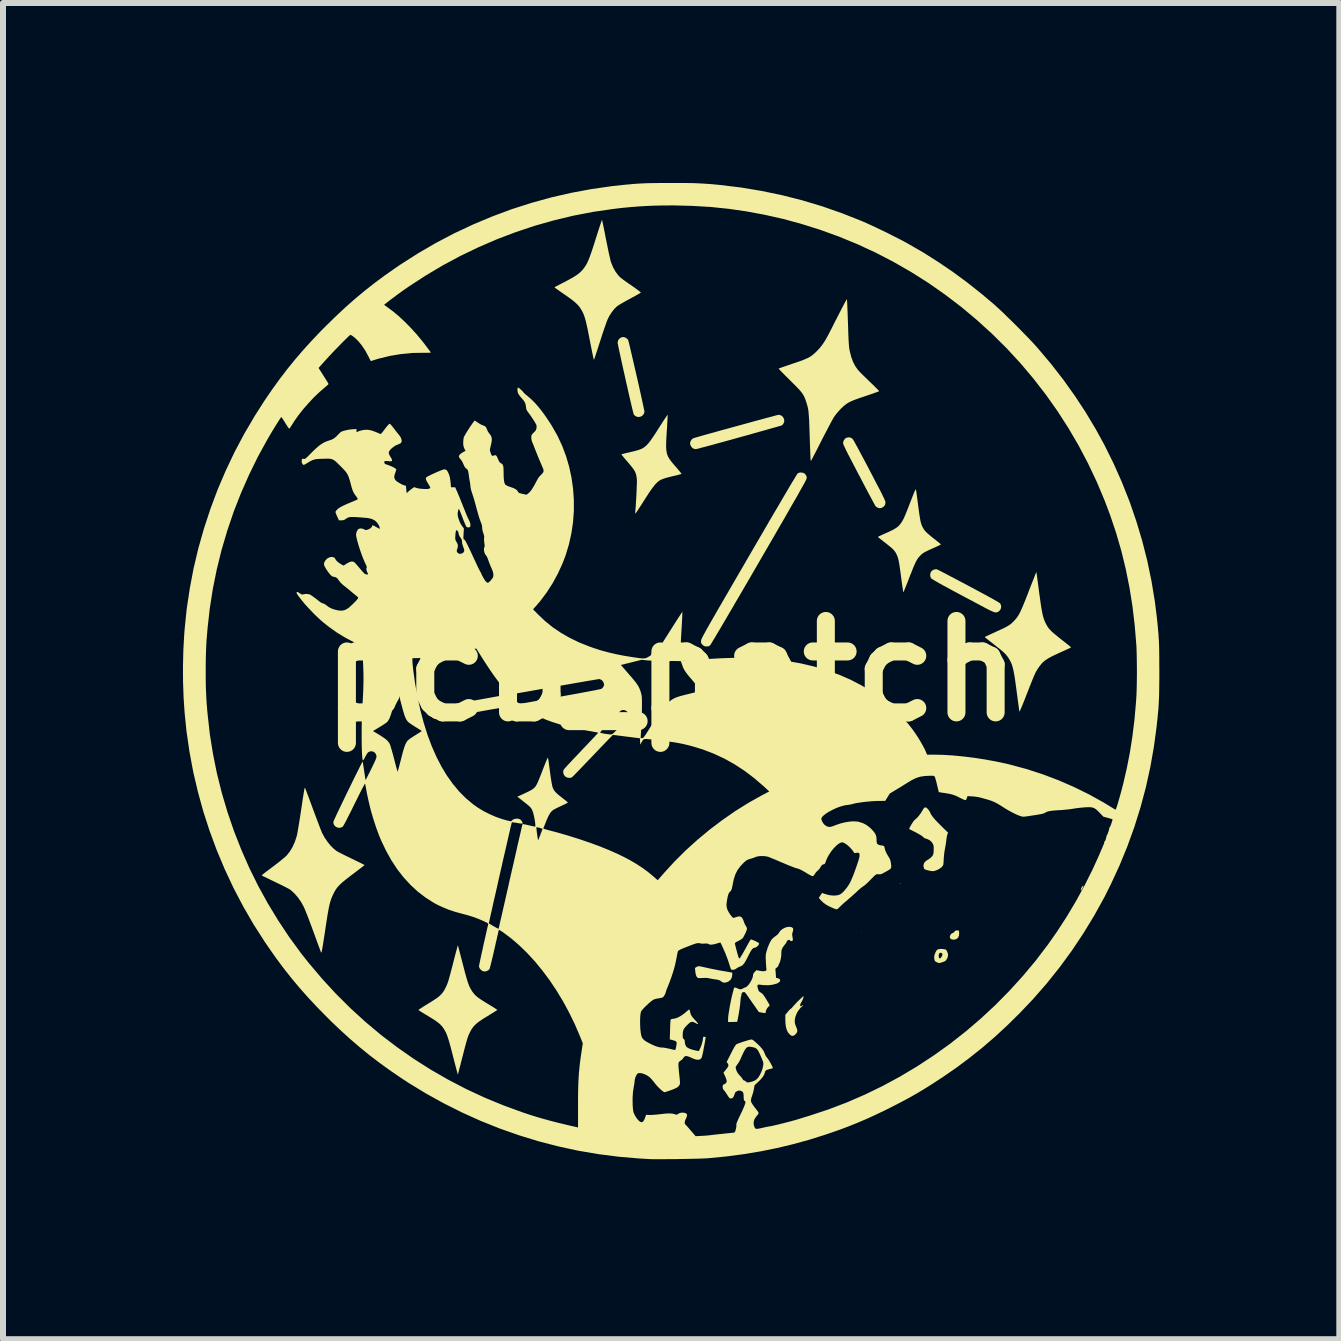
<source format=kicad_pcb>
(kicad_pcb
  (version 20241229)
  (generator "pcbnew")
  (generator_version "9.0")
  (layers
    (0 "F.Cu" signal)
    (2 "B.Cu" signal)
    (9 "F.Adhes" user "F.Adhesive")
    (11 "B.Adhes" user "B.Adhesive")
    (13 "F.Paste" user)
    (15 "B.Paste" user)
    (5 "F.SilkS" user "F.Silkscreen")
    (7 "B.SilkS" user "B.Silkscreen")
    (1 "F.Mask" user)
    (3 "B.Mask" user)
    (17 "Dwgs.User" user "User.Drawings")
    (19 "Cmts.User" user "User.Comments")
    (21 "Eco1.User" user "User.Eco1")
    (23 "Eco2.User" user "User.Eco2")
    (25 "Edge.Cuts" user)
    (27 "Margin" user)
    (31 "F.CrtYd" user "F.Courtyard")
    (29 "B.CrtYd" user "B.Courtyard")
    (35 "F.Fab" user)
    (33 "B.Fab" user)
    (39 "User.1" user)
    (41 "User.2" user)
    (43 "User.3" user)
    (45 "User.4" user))
  (footprint "pcb_patch"
    (layer "F.Cu")
    (at 8.139 8.135)
    (property "Reference" "pcb_patch" (at 0 0 0) (layer "F.SilkS") (effects (font (size 1.524 1.524) (thickness 0.3))))
    (attr board_only exclude_from_pos_files exclude_from_bom)
    (fp_poly (pts (xy 3.168 4.334) (xy 3.164 4.338) (xy 3.16 4.334) (xy 3.164 4.33)) (stroke (width 0) (type solid)) (fill yes) (layer "F.SilkS"))
    (fp_poly (pts (xy 7.192 2.903) (xy 7.188 2.907) (xy 7.185 2.903) (xy 7.188 2.899)) (stroke (width 0) (type solid)) (fill yes) (layer "F.SilkS"))
    (fp_poly (pts (xy 3.821 3.538) (xy 3.82 3.54) (xy 3.813 3.547) (xy 3.811 3.548) (xy 3.811 3.543) (xy 3.812 3.54) (xy 3.819 3.533) (xy 3.821 3.533)) (stroke (width 0) (type solid)) (fill yes) (layer "F.SilkS"))
    (fp_poly (pts (xy 6.871 3.582) (xy 6.868 3.592) (xy 6.858 3.613) (xy 6.853 3.622) (xy 6.84 3.647) (xy 6.832 3.658) (xy 6.828 3.657) (xy 6.827 3.649) (xy 6.831 3.628) (xy 6.84 3.606) (xy 6.852 3.589) (xy 6.858 3.584) (xy 6.867 3.58)) (stroke (width 0) (type solid)) (fill yes) (layer "F.SilkS"))
    (fp_poly (pts (xy 4.767 4.324) (xy 4.796 4.326) (xy 4.798 4.366) (xy 4.796 4.408) (xy 4.782 4.441) (xy 4.759 4.463) (xy 4.751 4.468) (xy 4.714 4.478) (xy 4.679 4.474) (xy 4.664 4.468) (xy 4.649 4.456) (xy 4.644 4.439) (xy 4.643 4.43) (xy 4.648 4.408) (xy 4.661 4.386) (xy 4.677 4.372) (xy 4.691 4.367) (xy 4.702 4.362) (xy 4.716 4.349) (xy 4.72 4.345) (xy 4.734 4.329) (xy 4.749 4.324)) (stroke (width 0) (type solid)) (fill yes) (layer "F.SilkS"))
    (fp_poly (pts (xy 0.474 4.921) (xy 0.498 4.925) (xy 0.531 4.933) (xy 0.577 4.943) (xy 0.582 4.944) (xy 0.63 4.955) (xy 0.683 4.966) (xy 0.734 4.976) (xy 0.777 4.985) (xy 0.779 4.985) (xy 0.823 4.993) (xy 0.872 5.001) (xy 0.918 5.009) (xy 0.943 5.014) (xy 1.017 5.027) (xy 1.016 5.066) (xy 1.008 5.11) (xy 0.988 5.146) (xy 0.956 5.173) (xy 0.945 5.179) (xy 0.904 5.193) (xy 0.869 5.193) (xy 0.839 5.179) (xy 0.836 5.176) (xy 0.816 5.161) (xy 0.794 5.151) (xy 0.767 5.144) (xy 0.73 5.139) (xy 0.695 5.134) (xy 0.658 5.127) (xy 0.637 5.123) (xy 0.604 5.116) (xy 0.567 5.115) (xy 0.524 5.116) (xy 0.481 5.118) (xy 0.452 5.117) (xy 0.44 5.113) (xy 0.424 5.097) (xy 0.411 5.068) (xy 0.402 5.025) (xy 0.4 5.003) (xy 0.395 4.949) (xy 0.419 4.934) (xy 0.431 4.927) (xy 0.443 4.922) (xy 0.456 4.921)) (stroke (width 0) (type solid)) (fill yes) (layer "F.SilkS"))
    (fp_poly (pts (xy 4.527 4.633) (xy 4.564 4.639) (xy 4.57 4.64) (xy 4.582 4.65) (xy 4.595 4.67) (xy 4.605 4.694) (xy 4.612 4.72) (xy 4.613 4.733) (xy 4.609 4.762) (xy 4.597 4.793) (xy 4.581 4.819) (xy 4.567 4.833) (xy 4.549 4.842) (xy 4.523 4.852) (xy 4.496 4.86) (xy 4.473 4.866) (xy 4.464 4.867) (xy 4.451 4.864) (xy 4.431 4.856) (xy 4.423 4.853) (xy 4.403 4.841) (xy 4.391 4.827) (xy 4.385 4.806) (xy 4.383 4.775) (xy 4.382 4.768) (xy 4.384 4.754) (xy 4.457 4.754) (xy 4.461 4.774) (xy 4.466 4.783) (xy 4.475 4.791) (xy 4.482 4.79) (xy 4.492 4.779) (xy 4.495 4.776) (xy 4.514 4.748) (xy 4.52 4.723) (xy 4.516 4.71) (xy 4.503 4.698) (xy 4.485 4.696) (xy 4.469 4.704) (xy 4.465 4.71) (xy 4.459 4.73) (xy 4.457 4.754) (xy 4.384 4.754) (xy 4.387 4.733) (xy 4.402 4.694) (xy 4.405 4.688) (xy 4.418 4.663) (xy 4.43 4.649) (xy 4.443 4.64) (xy 4.457 4.636) (xy 4.488 4.632)) (stroke (width 0) (type solid)) (fill yes) (layer "F.SilkS"))
    (fp_poly (pts (xy 4.426 -1.696) (xy 4.435 -1.692) (xy 4.457 -1.681) (xy 4.49 -1.664) (xy 4.533 -1.642) (xy 4.584 -1.615) (xy 4.644 -1.584) (xy 4.71 -1.549) (xy 4.783 -1.511) (xy 4.86 -1.47) (xy 4.94 -1.428) (xy 4.958 -1.418) (xy 5.067 -1.36) (xy 5.163 -1.308) (xy 5.246 -1.264) (xy 5.316 -1.225) (xy 5.374 -1.193) (xy 5.419 -1.167) (xy 5.452 -1.148) (xy 5.473 -1.134) (xy 5.482 -1.127) (xy 5.482 -1.127) (xy 5.497 -1.093) (xy 5.498 -1.058) (xy 5.487 -1.025) (xy 5.464 -0.998) (xy 5.453 -0.991) (xy 5.437 -0.982) (xy 5.421 -0.978) (xy 5.404 -0.977) (xy 5.382 -0.982) (xy 5.355 -0.992) (xy 5.32 -1.008) (xy 5.276 -1.03) (xy 5.239 -1.049) (xy 5.104 -1.121) (xy 4.982 -1.186) (xy 4.872 -1.244) (xy 4.774 -1.297) (xy 4.687 -1.343) (xy 4.611 -1.385) (xy 4.545 -1.42) (xy 4.488 -1.451) (xy 4.442 -1.478) (xy 4.403 -1.5) (xy 4.374 -1.517) (xy 4.352 -1.531) (xy 4.337 -1.541) (xy 4.329 -1.548) (xy 4.328 -1.55) (xy 4.317 -1.581) (xy 4.316 -1.615) (xy 4.325 -1.647) (xy 4.334 -1.661) (xy 4.359 -1.682) (xy 4.39 -1.695) (xy 4.42 -1.697)) (stroke (width 0) (type solid)) (fill yes) (layer "F.SilkS"))
    (fp_poly (pts (xy 2.205 5.431) (xy 2.2 5.451) (xy 2.191 5.475) (xy 2.179 5.501) (xy 2.169 5.517) (xy 2.154 5.546) (xy 2.147 5.568) (xy 2.149 5.582) (xy 2.158 5.587) (xy 2.176 5.581) (xy 2.18 5.578) (xy 2.194 5.571) (xy 2.199 5.575) (xy 2.199 5.575) (xy 2.193 5.584) (xy 2.186 5.587) (xy 2.172 5.596) (xy 2.153 5.615) (xy 2.133 5.64) (xy 2.113 5.668) (xy 2.096 5.695) (xy 2.091 5.706) (xy 2.068 5.765) (xy 2.058 5.818) (xy 2.06 5.869) (xy 2.075 5.918) (xy 2.079 5.925) (xy 2.094 5.962) (xy 2.101 5.991) (xy 2.098 6.014) (xy 2.086 6.037) (xy 2.073 6.052) (xy 2.046 6.074) (xy 2.022 6.082) (xy 1.998 6.076) (xy 1.973 6.057) (xy 1.944 6.021) (xy 1.923 5.976) (xy 1.909 5.922) (xy 1.902 5.856) (xy 1.901 5.804) (xy 1.901 5.73) (xy 1.94 5.683) (xy 1.959 5.66) (xy 1.974 5.644) (xy 1.985 5.635) (xy 1.986 5.634) (xy 1.994 5.629) (xy 2.009 5.614) (xy 2.027 5.594) (xy 2.031 5.589) (xy 2.05 5.568) (xy 2.073 5.543) (xy 2.099 5.515) (xy 2.127 5.488) (xy 2.153 5.463) (xy 2.175 5.443) (xy 2.192 5.428) (xy 2.202 5.421) (xy 2.204 5.421)) (stroke (width 0) (type solid)) (fill yes) (layer "F.SilkS"))
    (fp_poly (pts (xy -0.774 -5.562) (xy -0.747 -5.547) (xy -0.725 -5.527) (xy -0.72 -5.521) (xy -0.717 -5.512) (xy -0.711 -5.489) (xy -0.702 -5.454) (xy -0.691 -5.409) (xy -0.679 -5.355) (xy -0.664 -5.293) (xy -0.648 -5.224) (xy -0.631 -5.15) (xy -0.613 -5.072) (xy -0.594 -4.992) (xy -0.576 -4.911) (xy -0.557 -4.83) (xy -0.539 -4.75) (xy -0.522 -4.673) (xy -0.506 -4.6) (xy -0.491 -4.533) (xy -0.478 -4.473) (xy -0.467 -4.421) (xy -0.458 -4.378) (xy -0.451 -4.347) (xy -0.448 -4.327) (xy -0.447 -4.322) (xy -0.451 -4.304) (xy -0.461 -4.282) (xy -0.462 -4.28) (xy -0.486 -4.253) (xy -0.518 -4.238) (xy -0.552 -4.234) (xy -0.587 -4.244) (xy -0.594 -4.248) (xy -0.612 -4.262) (xy -0.625 -4.276) (xy -0.626 -4.278) (xy -0.629 -4.288) (xy -0.635 -4.312) (xy -0.644 -4.347) (xy -0.655 -4.393) (xy -0.668 -4.448) (xy -0.683 -4.511) (xy -0.699 -4.581) (xy -0.716 -4.655) (xy -0.733 -4.734) (xy -0.752 -4.814) (xy -0.77 -4.896) (xy -0.788 -4.977) (xy -0.806 -5.057) (xy -0.823 -5.134) (xy -0.839 -5.206) (xy -0.853 -5.273) (xy -0.866 -5.332) (xy -0.877 -5.383) (xy -0.885 -5.425) (xy -0.891 -5.455) (xy -0.894 -5.473) (xy -0.894 -5.476) (xy -0.887 -5.509) (xy -0.869 -5.536) (xy -0.842 -5.557) (xy -0.809 -5.567) (xy -0.8 -5.567)) (stroke (width 0) (type solid)) (fill yes) (layer "F.SilkS"))
    (fp_poly (pts (xy 1.823 -4.264) (xy 1.852 -4.245) (xy 1.873 -4.216) (xy 1.883 -4.185) (xy 1.882 -4.156) (xy 1.871 -4.127) (xy 1.853 -4.103) (xy 1.845 -4.096) (xy 1.836 -4.093) (xy 1.814 -4.086) (xy 1.78 -4.076) (xy 1.735 -4.063) (xy 1.68 -4.048) (xy 1.617 -4.03) (xy 1.547 -4.01) (xy 1.471 -3.989) (xy 1.39 -3.966) (xy 1.306 -3.942) (xy 1.219 -3.918) (xy 1.131 -3.894) (xy 1.043 -3.869) (xy 0.956 -3.845) (xy 0.872 -3.822) (xy 0.791 -3.8) (xy 0.715 -3.779) (xy 0.645 -3.76) (xy 0.583 -3.743) (xy 0.528 -3.729) (xy 0.484 -3.717) (xy 0.45 -3.708) (xy 0.428 -3.703) (xy 0.42 -3.701) (xy 0.399 -3.7) (xy 0.384 -3.702) (xy 0.354 -3.717) (xy 0.33 -3.744) (xy 0.316 -3.776) (xy 0.313 -3.798) (xy 0.32 -3.827) (xy 0.336 -3.855) (xy 0.36 -3.876) (xy 0.367 -3.88) (xy 0.378 -3.883) (xy 0.401 -3.89) (xy 0.437 -3.901) (xy 0.483 -3.914) (xy 0.539 -3.93) (xy 0.603 -3.948) (xy 0.674 -3.968) (xy 0.751 -3.989) (xy 0.832 -4.012) (xy 0.917 -4.035) (xy 1.004 -4.059) (xy 1.092 -4.083) (xy 1.18 -4.107) (xy 1.267 -4.131) (xy 1.35 -4.154) (xy 1.43 -4.176) (xy 1.506 -4.196) (xy 1.574 -4.215) (xy 1.636 -4.231) (xy 1.689 -4.245) (xy 1.732 -4.257) (xy 1.763 -4.265) (xy 1.783 -4.269) (xy 1.789 -4.271)) (stroke (width 0) (type solid)) (fill yes) (layer "F.SilkS"))
    (fp_poly (pts (xy 2.994 -3.889) (xy 3.022 -3.87) (xy 3.023 -3.87) (xy 3.029 -3.86) (xy 3.042 -3.838) (xy 3.061 -3.805) (xy 3.084 -3.762) (xy 3.113 -3.71) (xy 3.145 -3.65) (xy 3.18 -3.584) (xy 3.219 -3.511) (xy 3.26 -3.434) (xy 3.302 -3.354) (xy 3.306 -3.346) (xy 3.355 -3.252) (xy 3.398 -3.169) (xy 3.435 -3.098) (xy 3.467 -3.038) (xy 3.493 -2.987) (xy 3.514 -2.944) (xy 3.531 -2.909) (xy 3.545 -2.881) (xy 3.555 -2.859) (xy 3.562 -2.842) (xy 3.566 -2.829) (xy 3.569 -2.819) (xy 3.57 -2.811) (xy 3.57 -2.809) (xy 3.564 -2.772) (xy 3.545 -2.744) (xy 3.514 -2.724) (xy 3.513 -2.723) (xy 3.486 -2.715) (xy 3.462 -2.715) (xy 3.44 -2.723) (xy 3.42 -2.735) (xy 3.405 -2.747) (xy 3.4 -2.756) (xy 3.388 -2.777) (xy 3.371 -2.809) (xy 3.348 -2.851) (xy 3.321 -2.902) (xy 3.289 -2.961) (xy 3.254 -3.027) (xy 3.216 -3.099) (xy 3.176 -3.176) (xy 3.134 -3.257) (xy 3.126 -3.27) (xy 3.077 -3.365) (xy 3.034 -3.447) (xy 2.998 -3.517) (xy 2.966 -3.578) (xy 2.94 -3.628) (xy 2.919 -3.67) (xy 2.902 -3.705) (xy 2.889 -3.733) (xy 2.879 -3.754) (xy 2.872 -3.771) (xy 2.867 -3.784) (xy 2.865 -3.794) (xy 2.864 -3.802) (xy 2.864 -3.808) (xy 2.864 -3.81) (xy 2.876 -3.847) (xy 2.898 -3.875) (xy 2.924 -3.89) (xy 2.96 -3.896)) (stroke (width 0) (type solid)) (fill yes) (layer "F.SilkS"))
    (fp_poly (pts (xy 4.257 2.282) (xy 4.27 2.293) (xy 4.289 2.315) (xy 4.305 2.339) (xy 4.311 2.35) (xy 4.325 2.38) (xy 4.345 2.413) (xy 4.372 2.448) (xy 4.406 2.487) (xy 4.45 2.533) (xy 4.496 2.579) (xy 4.614 2.695) (xy 4.602 2.723) (xy 4.596 2.743) (xy 4.591 2.772) (xy 4.585 2.807) (xy 4.584 2.823) (xy 4.579 2.865) (xy 4.571 2.912) (xy 4.563 2.954) (xy 4.562 2.963) (xy 4.555 2.999) (xy 4.549 3.044) (xy 4.544 3.09) (xy 4.542 3.119) (xy 4.54 3.156) (xy 4.538 3.188) (xy 4.536 3.213) (xy 4.535 3.225) (xy 4.523 3.25) (xy 4.5 3.275) (xy 4.468 3.297) (xy 4.432 3.316) (xy 4.394 3.33) (xy 4.359 3.336) (xy 4.334 3.334) (xy 4.291 3.325) (xy 4.259 3.317) (xy 4.238 3.311) (xy 4.225 3.304) (xy 4.217 3.297) (xy 4.212 3.287) (xy 4.211 3.285) (xy 4.203 3.246) (xy 4.209 3.212) (xy 4.227 3.182) (xy 4.26 3.155) (xy 4.279 3.144) (xy 4.32 3.117) (xy 4.348 3.087) (xy 4.349 3.086) (xy 4.36 3.07) (xy 4.366 3.054) (xy 4.371 3.035) (xy 4.373 3.009) (xy 4.374 2.985) (xy 4.374 2.949) (xy 4.373 2.922) (xy 4.369 2.901) (xy 4.361 2.882) (xy 4.338 2.847) (xy 4.304 2.818) (xy 4.261 2.798) (xy 4.249 2.795) (xy 4.227 2.788) (xy 4.212 2.78) (xy 4.208 2.776) (xy 4.199 2.765) (xy 4.179 2.75) (xy 4.15 2.731) (xy 4.115 2.711) (xy 4.077 2.69) (xy 4.037 2.67) (xy 4.034 2.668) (xy 4.005 2.654) (xy 3.982 2.642) (xy 3.968 2.633) (xy 3.965 2.629) (xy 3.969 2.62) (xy 3.978 2.601) (xy 3.992 2.576) (xy 4.005 2.553) (xy 4.031 2.513) (xy 4.054 2.484) (xy 4.075 2.466) (xy 4.076 2.465) (xy 4.099 2.445) (xy 4.126 2.413) (xy 4.156 2.373) (xy 4.185 2.327) (xy 4.191 2.316) (xy 4.209 2.288) (xy 4.224 2.274) (xy 4.24 2.272)) (stroke (width 0) (type solid)) (fill yes) (layer "F.SilkS"))
    (fp_poly (pts (xy 2.195 -3.305) (xy 2.223 -3.291) (xy 2.244 -3.267) (xy 2.244 -3.266) (xy 2.256 -3.241) (xy 2.257 -3.212) (xy 2.256 -3.21) (xy 2.255 -3.204) (xy 2.249 -3.192) (xy 2.241 -3.175) (xy 2.229 -3.152) (xy 2.213 -3.122) (xy 2.193 -3.086) (xy 2.168 -3.042) (xy 2.139 -2.99) (xy 2.106 -2.93) (xy 2.067 -2.862) (xy 2.022 -2.785) (xy 1.972 -2.698) (xy 1.917 -2.601) (xy 1.855 -2.493) (xy 1.786 -2.375) (xy 1.712 -2.246) (xy 1.63 -2.105) (xy 1.541 -1.952) (xy 1.462 -1.815) (xy 1.381 -1.676) (xy 1.303 -1.541) (xy 1.227 -1.411) (xy 1.155 -1.287) (xy 1.086 -1.17) (xy 1.021 -1.058) (xy 0.96 -0.954) (xy 0.904 -0.858) (xy 0.852 -0.77) (xy 0.806 -0.691) (xy 0.764 -0.622) (xy 0.729 -0.562) (xy 0.699 -0.513) (xy 0.676 -0.474) (xy 0.66 -0.448) (xy 0.65 -0.433) (xy 0.648 -0.43) (xy 0.63 -0.417) (xy 0.61 -0.411) (xy 0.589 -0.41) (xy 0.563 -0.412) (xy 0.545 -0.418) (xy 0.525 -0.434) (xy 0.523 -0.435) (xy 0.507 -0.452) (xy 0.499 -0.466) (xy 0.496 -0.486) (xy 0.496 -0.501) (xy 0.496 -0.505) (xy 0.497 -0.511) (xy 0.498 -0.517) (xy 0.501 -0.524) (xy 0.504 -0.534) (xy 0.51 -0.546) (xy 0.517 -0.561) (xy 0.527 -0.58) (xy 0.539 -0.603) (xy 0.554 -0.63) (xy 0.572 -0.663) (xy 0.593 -0.701) (xy 0.618 -0.746) (xy 0.647 -0.797) (xy 0.681 -0.856) (xy 0.719 -0.922) (xy 0.762 -0.997) (xy 0.81 -1.08) (xy 0.864 -1.173) (xy 0.924 -1.276) (xy 0.989 -1.389) (xy 1.061 -1.513) (xy 1.14 -1.649) (xy 1.226 -1.796) (xy 1.288 -1.904) (xy 1.365 -2.036) (xy 1.44 -2.165) (xy 1.513 -2.29) (xy 1.583 -2.41) (xy 1.65 -2.526) (xy 1.714 -2.635) (xy 1.775 -2.738) (xy 1.831 -2.834) (xy 1.883 -2.923) (xy 1.931 -3.004) (xy 1.973 -3.076) (xy 2.01 -3.138) (xy 2.042 -3.19) (xy 2.067 -3.232) (xy 2.086 -3.263) (xy 2.098 -3.282) (xy 2.102 -3.289) (xy 2.123 -3.303) (xy 2.146 -3.309) (xy 2.157 -3.309)) (stroke (width 0) (type solid)) (fill yes) (layer "F.SilkS"))
    (fp_poly (pts (xy -0.061 -4.261) (xy -0.061 -4.239) (xy -0.063 -4.205) (xy -0.065 -4.162) (xy -0.068 -4.111) (xy -0.071 -4.054) (xy -0.075 -4.001) (xy -0.08 -3.914) (xy -0.084 -3.84) (xy -0.086 -3.777) (xy -0.086 -3.724) (xy -0.082 -3.679) (xy -0.076 -3.639) (xy -0.066 -3.604) (xy -0.052 -3.571) (xy -0.033 -3.539) (xy -0.009 -3.505) (xy 0.02 -3.468) (xy 0.056 -3.426) (xy 0.07 -3.41) (xy 0.1 -3.375) (xy 0.127 -3.343) (xy 0.148 -3.317) (xy 0.164 -3.298) (xy 0.171 -3.288) (xy 0.171 -3.287) (xy 0.165 -3.284) (xy 0.145 -3.278) (xy 0.116 -3.27) (xy 0.078 -3.26) (xy 0.034 -3.25) (xy 0.02 -3.247) (xy -0.048 -3.23) (xy -0.102 -3.215) (xy -0.143 -3.201) (xy -0.172 -3.189) (xy -0.173 -3.188) (xy -0.198 -3.174) (xy -0.222 -3.156) (xy -0.247 -3.133) (xy -0.273 -3.105) (xy -0.301 -3.069) (xy -0.333 -3.026) (xy -0.37 -2.973) (xy -0.411 -2.909) (xy -0.455 -2.841) (xy -0.487 -2.79) (xy -0.517 -2.744) (xy -0.544 -2.703) (xy -0.566 -2.669) (xy -0.583 -2.643) (xy -0.594 -2.628) (xy -0.597 -2.624) (xy -0.599 -2.63) (xy -0.6 -2.648) (xy -0.599 -2.666) (xy -0.594 -2.726) (xy -0.59 -2.79) (xy -0.586 -2.856) (xy -0.582 -2.921) (xy -0.579 -2.984) (xy -0.577 -3.043) (xy -0.575 -3.096) (xy -0.573 -3.14) (xy -0.573 -3.174) (xy -0.574 -3.195) (xy -0.574 -3.197) (xy -0.579 -3.236) (xy -0.585 -3.268) (xy -0.594 -3.298) (xy -0.606 -3.326) (xy -0.623 -3.355) (xy -0.647 -3.388) (xy -0.678 -3.427) (xy -0.717 -3.473) (xy -0.73 -3.489) (xy -0.761 -3.524) (xy -0.788 -3.556) (xy -0.809 -3.582) (xy -0.824 -3.601) (xy -0.832 -3.612) (xy -0.832 -3.613) (xy -0.824 -3.615) (xy -0.804 -3.62) (xy -0.774 -3.628) (xy -0.736 -3.637) (xy -0.692 -3.647) (xy -0.685 -3.649) (xy -0.629 -3.662) (xy -0.58 -3.675) (xy -0.539 -3.687) (xy -0.502 -3.701) (xy -0.47 -3.718) (xy -0.44 -3.738) (xy -0.411 -3.764) (xy -0.382 -3.795) (xy -0.352 -3.833) (xy -0.319 -3.88) (xy -0.281 -3.936) (xy -0.238 -4.002) (xy -0.199 -4.064) (xy -0.167 -4.114) (xy -0.138 -4.159) (xy -0.112 -4.199) (xy -0.09 -4.231) (xy -0.074 -4.255) (xy -0.064 -4.268) (xy -0.061 -4.27)) (stroke (width 0) (type solid)) (fill yes) (layer "F.SilkS"))
    (fp_poly (pts (xy 4.078 -3.024) (xy 4.078 -3.022) (xy 4.081 -3.009) (xy 4.085 -2.984) (xy 4.09 -2.947) (xy 4.096 -2.902) (xy 4.103 -2.85) (xy 4.111 -2.793) (xy 4.114 -2.765) (xy 4.124 -2.689) (xy 4.133 -2.626) (xy 4.141 -2.574) (xy 4.148 -2.532) (xy 4.154 -2.498) (xy 4.161 -2.47) (xy 4.169 -2.446) (xy 4.177 -2.425) (xy 4.186 -2.405) (xy 4.189 -2.398) (xy 4.203 -2.374) (xy 4.218 -2.351) (xy 4.237 -2.328) (xy 4.261 -2.304) (xy 4.292 -2.276) (xy 4.331 -2.244) (xy 4.38 -2.205) (xy 4.416 -2.177) (xy 4.446 -2.152) (xy 4.471 -2.132) (xy 4.487 -2.118) (xy 4.494 -2.111) (xy 4.494 -2.111) (xy 4.488 -2.106) (xy 4.47 -2.097) (xy 4.444 -2.084) (xy 4.411 -2.069) (xy 4.403 -2.065) (xy 4.342 -2.038) (xy 4.294 -2.016) (xy 4.256 -1.998) (xy 4.225 -1.982) (xy 4.202 -1.968) (xy 4.182 -1.954) (xy 4.166 -1.94) (xy 4.15 -1.924) (xy 4.145 -1.919) (xy 4.129 -1.901) (xy 4.113 -1.882) (xy 4.099 -1.86) (xy 4.084 -1.835) (xy 4.069 -1.804) (xy 4.052 -1.767) (xy 4.032 -1.721) (xy 4.01 -1.665) (xy 3.983 -1.598) (xy 3.961 -1.541) (xy 3.94 -1.486) (xy 3.92 -1.436) (xy 3.902 -1.392) (xy 3.888 -1.356) (xy 3.877 -1.33) (xy 3.87 -1.315) (xy 3.868 -1.312) (xy 3.866 -1.319) (xy 3.863 -1.339) (xy 3.858 -1.371) (xy 3.852 -1.412) (xy 3.845 -1.461) (xy 3.837 -1.516) (xy 3.832 -1.556) (xy 3.822 -1.634) (xy 3.813 -1.698) (xy 3.805 -1.752) (xy 3.798 -1.795) (xy 3.792 -1.83) (xy 3.785 -1.86) (xy 3.779 -1.884) (xy 3.772 -1.905) (xy 3.764 -1.925) (xy 3.757 -1.941) (xy 3.745 -1.966) (xy 3.73 -1.989) (xy 3.712 -2.012) (xy 3.689 -2.037) (xy 3.658 -2.064) (xy 3.619 -2.096) (xy 3.57 -2.135) (xy 3.56 -2.143) (xy 3.524 -2.17) (xy 3.493 -2.195) (xy 3.468 -2.215) (xy 3.451 -2.229) (xy 3.444 -2.236) (xy 3.444 -2.236) (xy 3.45 -2.24) (xy 3.468 -2.249) (xy 3.496 -2.262) (xy 3.531 -2.278) (xy 3.571 -2.296) (xy 3.576 -2.298) (xy 3.636 -2.325) (xy 3.685 -2.349) (xy 3.723 -2.37) (xy 3.754 -2.389) (xy 3.779 -2.409) (xy 3.8 -2.429) (xy 3.819 -2.453) (xy 3.821 -2.455) (xy 3.834 -2.473) (xy 3.846 -2.491) (xy 3.858 -2.512) (xy 3.871 -2.536) (xy 3.884 -2.565) (xy 3.9 -2.601) (xy 3.918 -2.646) (xy 3.94 -2.7) (xy 3.965 -2.765) (xy 3.988 -2.824) (xy 4.012 -2.885) (xy 4.031 -2.934) (xy 4.046 -2.971) (xy 4.057 -2.997) (xy 4.065 -3.015) (xy 4.071 -3.024) (xy 4.075 -3.027)) (stroke (width 0) (type solid)) (fill yes) (layer "F.SilkS"))
    (fp_poly (pts (xy -3.555 4.579) (xy -3.549 4.599) (xy -3.541 4.631) (xy -3.53 4.673) (xy -3.517 4.723) (xy -3.502 4.78) (xy -3.486 4.843) (xy -3.477 4.876) (xy -3.455 4.962) (xy -3.436 5.034) (xy -3.419 5.095) (xy -3.404 5.146) (xy -3.391 5.189) (xy -3.378 5.224) (xy -3.366 5.255) (xy -3.353 5.281) (xy -3.34 5.305) (xy -3.325 5.329) (xy -3.321 5.336) (xy -3.301 5.363) (xy -3.281 5.388) (xy -3.259 5.411) (xy -3.232 5.434) (xy -3.199 5.458) (xy -3.157 5.486) (xy -3.106 5.518) (xy -3.058 5.548) (xy -3.014 5.574) (xy -2.975 5.598) (xy -2.943 5.619) (xy -2.918 5.635) (xy -2.903 5.645) (xy -2.899 5.648) (xy -2.906 5.653) (xy -2.923 5.665) (xy -2.95 5.682) (xy -2.984 5.703) (xy -3.024 5.728) (xy -3.06 5.75) (xy -3.126 5.79) (xy -3.18 5.826) (xy -3.224 5.857) (xy -3.259 5.887) (xy -3.289 5.917) (xy -3.313 5.948) (xy -3.335 5.981) (xy -3.351 6.011) (xy -3.361 6.031) (xy -3.37 6.05) (xy -3.379 6.069) (xy -3.387 6.091) (xy -3.396 6.117) (xy -3.405 6.147) (xy -3.416 6.184) (xy -3.428 6.229) (xy -3.443 6.284) (xy -3.46 6.35) (xy -3.48 6.429) (xy -3.485 6.447) (xy -3.501 6.509) (xy -3.515 6.566) (xy -3.529 6.617) (xy -3.54 6.66) (xy -3.549 6.694) (xy -3.555 6.717) (xy -3.558 6.727) (xy -3.558 6.728) (xy -3.56 6.721) (xy -3.565 6.701) (xy -3.573 6.67) (xy -3.584 6.629) (xy -3.597 6.58) (xy -3.612 6.523) (xy -3.628 6.461) (xy -3.636 6.43) (xy -3.658 6.343) (xy -3.677 6.27) (xy -3.694 6.208) (xy -3.709 6.157) (xy -3.723 6.113) (xy -3.735 6.077) (xy -3.747 6.047) (xy -3.759 6.02) (xy -3.772 5.996) (xy -3.784 5.975) (xy -3.804 5.944) (xy -3.826 5.917) (xy -3.851 5.89) (xy -3.882 5.864) (xy -3.919 5.836) (xy -3.966 5.804) (xy -4.024 5.769) (xy -4.052 5.751) (xy -4.096 5.725) (xy -4.136 5.701) (xy -4.169 5.68) (xy -4.194 5.664) (xy -4.21 5.653) (xy -4.214 5.65) (xy -4.209 5.645) (xy -4.193 5.633) (xy -4.167 5.616) (xy -4.133 5.594) (xy -4.094 5.569) (xy -4.054 5.545) (xy -3.991 5.506) (xy -3.938 5.472) (xy -3.895 5.442) (xy -3.861 5.414) (xy -3.832 5.386) (xy -3.808 5.357) (xy -3.787 5.325) (xy -3.767 5.288) (xy -3.757 5.267) (xy -3.747 5.247) (xy -3.738 5.226) (xy -3.729 5.203) (xy -3.72 5.177) (xy -3.71 5.145) (xy -3.699 5.106) (xy -3.686 5.059) (xy -3.671 5.002) (xy -3.653 4.933) (xy -3.639 4.88) (xy -3.623 4.815) (xy -3.607 4.754) (xy -3.593 4.7) (xy -3.58 4.653) (xy -3.57 4.616) (xy -3.563 4.589) (xy -3.558 4.574) (xy -3.557 4.571)) (stroke (width 0) (type solid)) (fill yes) (layer "F.SilkS"))
    (fp_poly (pts (xy -1.153 -7.513) (xy -1.148 -7.493) (xy -1.141 -7.461) (xy -1.132 -7.419) (xy -1.122 -7.368) (xy -1.11 -7.31) (xy -1.098 -7.246) (xy -1.089 -7.202) (xy -1.075 -7.132) (xy -1.061 -7.064) (xy -1.048 -7) (xy -1.036 -6.943) (xy -1.024 -6.893) (xy -1.015 -6.853) (xy -1.008 -6.825) (xy -1.005 -6.816) (xy -0.972 -6.733) (xy -0.931 -6.659) (xy -0.884 -6.596) (xy -0.843 -6.555) (xy -0.83 -6.545) (xy -0.806 -6.527) (xy -0.775 -6.504) (xy -0.737 -6.477) (xy -0.694 -6.447) (xy -0.661 -6.425) (xy -0.619 -6.395) (xy -0.581 -6.368) (xy -0.55 -6.344) (xy -0.526 -6.326) (xy -0.511 -6.314) (xy -0.507 -6.309) (xy -0.514 -6.304) (xy -0.532 -6.292) (xy -0.56 -6.276) (xy -0.596 -6.256) (xy -0.638 -6.233) (xy -0.685 -6.207) (xy -0.69 -6.205) (xy -0.741 -6.177) (xy -0.788 -6.151) (xy -0.831 -6.126) (xy -0.867 -6.105) (xy -0.894 -6.087) (xy -0.909 -6.076) (xy -0.951 -6.034) (xy -0.993 -5.98) (xy -1.032 -5.919) (xy -1.054 -5.877) (xy -1.066 -5.85) (xy -1.081 -5.811) (xy -1.099 -5.759) (xy -1.121 -5.696) (xy -1.146 -5.623) (xy -1.172 -5.541) (xy -1.186 -5.498) (xy -1.207 -5.434) (xy -1.226 -5.373) (xy -1.244 -5.319) (xy -1.26 -5.272) (xy -1.272 -5.234) (xy -1.282 -5.206) (xy -1.288 -5.191) (xy -1.29 -5.187) (xy -1.292 -5.194) (xy -1.297 -5.214) (xy -1.304 -5.246) (xy -1.313 -5.287) (xy -1.323 -5.336) (xy -1.334 -5.392) (xy -1.345 -5.446) (xy -1.364 -5.542) (xy -1.38 -5.625) (xy -1.394 -5.695) (xy -1.407 -5.755) (xy -1.419 -5.806) (xy -1.429 -5.849) (xy -1.44 -5.885) (xy -1.45 -5.917) (xy -1.46 -5.944) (xy -1.471 -5.969) (xy -1.483 -5.993) (xy -1.497 -6.018) (xy -1.504 -6.029) (xy -1.523 -6.059) (xy -1.545 -6.088) (xy -1.573 -6.117) (xy -1.606 -6.148) (xy -1.648 -6.182) (xy -1.698 -6.219) (xy -1.76 -6.263) (xy -1.783 -6.279) (xy -1.826 -6.308) (xy -1.865 -6.336) (xy -1.898 -6.359) (xy -1.924 -6.378) (xy -1.94 -6.39) (xy -1.945 -6.395) (xy -1.939 -6.402) (xy -1.932 -6.406) (xy -1.922 -6.41) (xy -1.901 -6.421) (xy -1.871 -6.437) (xy -1.833 -6.457) (xy -1.789 -6.479) (xy -1.748 -6.501) (xy -1.68 -6.538) (xy -1.624 -6.57) (xy -1.579 -6.599) (xy -1.541 -6.627) (xy -1.51 -6.654) (xy -1.483 -6.682) (xy -1.458 -6.713) (xy -1.446 -6.73) (xy -1.432 -6.751) (xy -1.419 -6.771) (xy -1.407 -6.793) (xy -1.396 -6.816) (xy -1.384 -6.842) (xy -1.371 -6.873) (xy -1.357 -6.909) (xy -1.342 -6.952) (xy -1.324 -7.003) (xy -1.304 -7.064) (xy -1.281 -7.135) (xy -1.255 -7.218) (xy -1.226 -7.309) (xy -1.209 -7.363) (xy -1.193 -7.411) (xy -1.179 -7.452) (xy -1.168 -7.485) (xy -1.16 -7.508) (xy -1.156 -7.519) (xy -1.155 -7.52)) (stroke (width 0) (type solid)) (fill yes) (layer "F.SilkS"))
    (fp_poly (pts (xy 6.086 -1.643) (xy 6.088 -1.635) (xy 6.091 -1.613) (xy 6.096 -1.579) (xy 6.102 -1.535) (xy 6.109 -1.483) (xy 6.117 -1.424) (xy 6.125 -1.36) (xy 6.13 -1.323) (xy 6.143 -1.229) (xy 6.154 -1.149) (xy 6.164 -1.08) (xy 6.174 -1.022) (xy 6.183 -0.973) (xy 6.192 -0.931) (xy 6.202 -0.895) (xy 6.212 -0.864) (xy 6.223 -0.835) (xy 6.235 -0.808) (xy 6.238 -0.802) (xy 6.254 -0.77) (xy 6.271 -0.741) (xy 6.29 -0.714) (xy 6.313 -0.688) (xy 6.34 -0.66) (xy 6.374 -0.629) (xy 6.417 -0.594) (xy 6.469 -0.552) (xy 6.499 -0.528) (xy 6.541 -0.495) (xy 6.58 -0.464) (xy 6.613 -0.438) (xy 6.639 -0.417) (xy 6.656 -0.402) (xy 6.663 -0.395) (xy 6.663 -0.395) (xy 6.657 -0.39) (xy 6.639 -0.381) (xy 6.612 -0.368) (xy 6.578 -0.353) (xy 6.557 -0.343) (xy 6.478 -0.308) (xy 6.412 -0.277) (xy 6.357 -0.251) (xy 6.311 -0.227) (xy 6.273 -0.205) (xy 6.241 -0.184) (xy 6.214 -0.163) (xy 6.19 -0.142) (xy 6.168 -0.118) (xy 6.147 -0.091) (xy 6.134 -0.075) (xy 6.12 -0.054) (xy 6.106 -0.034) (xy 6.093 -0.013) (xy 6.08 0.01) (xy 6.067 0.036) (xy 6.052 0.068) (xy 6.036 0.106) (xy 6.017 0.152) (xy 5.995 0.207) (xy 5.969 0.272) (xy 5.939 0.35) (xy 5.925 0.384) (xy 5.901 0.447) (xy 5.878 0.505) (xy 5.857 0.557) (xy 5.838 0.602) (xy 5.823 0.637) (xy 5.812 0.663) (xy 5.805 0.676) (xy 5.803 0.678) (xy 5.802 0.669) (xy 5.798 0.646) (xy 5.793 0.611) (xy 5.787 0.567) (xy 5.78 0.514) (xy 5.772 0.454) (xy 5.763 0.389) (xy 5.758 0.349) (xy 5.745 0.254) (xy 5.734 0.173) (xy 5.724 0.103) (xy 5.714 0.044) (xy 5.704 -0.006) (xy 5.694 -0.049) (xy 5.684 -0.085) (xy 5.673 -0.118) (xy 5.66 -0.147) (xy 5.646 -0.174) (xy 5.63 -0.202) (xy 5.616 -0.224) (xy 5.601 -0.245) (xy 5.585 -0.266) (xy 5.566 -0.287) (xy 5.542 -0.31) (xy 5.513 -0.336) (xy 5.476 -0.367) (xy 5.43 -0.403) (xy 5.374 -0.447) (xy 5.365 -0.455) (xy 5.325 -0.485) (xy 5.29 -0.513) (xy 5.261 -0.536) (xy 5.24 -0.553) (xy 5.227 -0.564) (xy 5.225 -0.566) (xy 5.231 -0.57) (xy 5.25 -0.58) (xy 5.278 -0.593) (xy 5.315 -0.61) (xy 5.358 -0.63) (xy 5.405 -0.652) (xy 5.47 -0.681) (xy 5.522 -0.705) (xy 5.565 -0.726) (xy 5.599 -0.745) (xy 5.627 -0.762) (xy 5.651 -0.778) (xy 5.672 -0.795) (xy 5.692 -0.815) (xy 5.707 -0.829) (xy 5.728 -0.852) (xy 5.747 -0.874) (xy 5.765 -0.897) (xy 5.782 -0.922) (xy 5.798 -0.95) (xy 5.816 -0.983) (xy 5.834 -1.023) (xy 5.855 -1.07) (xy 5.878 -1.126) (xy 5.905 -1.192) (xy 5.936 -1.271) (xy 5.957 -1.327) (xy 5.981 -1.389) (xy 6.004 -1.447) (xy 6.025 -1.5) (xy 6.043 -1.546) (xy 6.057 -1.583) (xy 6.068 -1.611) (xy 6.074 -1.626) (xy 6.075 -1.628) (xy 6.081 -1.642) (xy 6.086 -1.644)) (stroke (width 0) (type solid)) (fill yes) (layer "F.SilkS"))
    (fp_poly (pts (xy -6.106 1.949) (xy -6.104 1.95) (xy -6.101 1.958) (xy -6.092 1.979) (xy -6.08 2.011) (xy -6.064 2.053) (xy -6.045 2.103) (xy -6.024 2.161) (xy -6 2.225) (xy -5.975 2.293) (xy -5.97 2.307) (xy -5.944 2.377) (xy -5.918 2.446) (xy -5.894 2.509) (xy -5.872 2.567) (xy -5.853 2.618) (xy -5.836 2.659) (xy -5.824 2.69) (xy -5.816 2.708) (xy -5.815 2.709) (xy -5.777 2.778) (xy -5.732 2.844) (xy -5.684 2.904) (xy -5.634 2.955) (xy -5.585 2.995) (xy -5.578 3) (xy -5.562 3.009) (xy -5.534 3.025) (xy -5.496 3.044) (xy -5.451 3.067) (xy -5.401 3.091) (xy -5.347 3.117) (xy -5.326 3.128) (xy -5.274 3.153) (xy -5.226 3.176) (xy -5.185 3.196) (xy -5.152 3.213) (xy -5.128 3.225) (xy -5.115 3.232) (xy -5.113 3.234) (xy -5.119 3.239) (xy -5.135 3.252) (xy -5.16 3.272) (xy -5.194 3.298) (xy -5.233 3.328) (xy -5.278 3.362) (xy -5.311 3.387) (xy -5.378 3.438) (xy -5.433 3.481) (xy -5.479 3.519) (xy -5.516 3.553) (xy -5.548 3.585) (xy -5.574 3.616) (xy -5.596 3.648) (xy -5.616 3.683) (xy -5.635 3.721) (xy -5.654 3.763) (xy -5.665 3.789) (xy -5.674 3.815) (xy -5.683 3.843) (xy -5.692 3.876) (xy -5.701 3.913) (xy -5.71 3.956) (xy -5.719 4.007) (xy -5.73 4.068) (xy -5.741 4.139) (xy -5.754 4.222) (xy -5.768 4.315) (xy -5.781 4.403) (xy -5.793 4.476) (xy -5.802 4.537) (xy -5.81 4.586) (xy -5.817 4.624) (xy -5.822 4.653) (xy -5.826 4.673) (xy -5.83 4.686) (xy -5.833 4.692) (xy -5.836 4.693) (xy -5.838 4.689) (xy -5.839 4.688) (xy -5.842 4.679) (xy -5.85 4.657) (xy -5.862 4.624) (xy -5.878 4.582) (xy -5.897 4.531) (xy -5.918 4.473) (xy -5.941 4.409) (xy -5.966 4.341) (xy -5.969 4.334) (xy -5.995 4.263) (xy -6.021 4.194) (xy -6.045 4.13) (xy -6.068 4.07) (xy -6.089 4.018) (xy -6.106 3.975) (xy -6.12 3.943) (xy -6.129 3.924) (xy -6.173 3.845) (xy -6.224 3.773) (xy -6.278 3.71) (xy -6.335 3.658) (xy -6.366 3.635) (xy -6.383 3.626) (xy -6.411 3.611) (xy -6.449 3.592) (xy -6.494 3.569) (xy -6.544 3.545) (xy -6.597 3.519) (xy -6.616 3.51) (xy -6.668 3.485) (xy -6.715 3.462) (xy -6.756 3.442) (xy -6.789 3.426) (xy -6.813 3.414) (xy -6.825 3.406) (xy -6.827 3.405) (xy -6.821 3.4) (xy -6.805 3.386) (xy -6.78 3.366) (xy -6.747 3.341) (xy -6.707 3.311) (xy -6.663 3.278) (xy -6.641 3.261) (xy -6.592 3.224) (xy -6.545 3.188) (xy -6.502 3.153) (xy -6.465 3.122) (xy -6.435 3.097) (xy -6.414 3.078) (xy -6.41 3.074) (xy -6.358 3.008) (xy -6.311 2.93) (xy -6.273 2.843) (xy -6.242 2.748) (xy -6.239 2.735) (xy -6.235 2.715) (xy -6.229 2.681) (xy -6.221 2.637) (xy -6.212 2.583) (xy -6.202 2.522) (xy -6.191 2.455) (xy -6.18 2.384) (xy -6.171 2.325) (xy -6.158 2.24) (xy -6.148 2.169) (xy -6.139 2.11) (xy -6.131 2.062) (xy -6.125 2.024) (xy -6.12 1.996) (xy -6.117 1.975) (xy -6.114 1.961) (xy -6.111 1.952) (xy -6.109 1.948) (xy -6.107 1.947)) (stroke (width 0) (type solid)) (fill yes) (layer "F.SilkS"))
    (fp_poly (pts (xy 2.928 -6.198) (xy 2.929 -6.189) (xy 2.93 -6.168) (xy 2.932 -6.134) (xy 2.934 -6.09) (xy 2.936 -6.036) (xy 2.939 -5.975) (xy 2.941 -5.907) (xy 2.944 -5.833) (xy 2.945 -5.804) (xy 2.948 -5.714) (xy 2.95 -5.638) (xy 2.953 -5.574) (xy 2.955 -5.52) (xy 2.958 -5.476) (xy 2.96 -5.439) (xy 2.963 -5.409) (xy 2.966 -5.384) (xy 2.969 -5.363) (xy 2.972 -5.344) (xy 2.973 -5.34) (xy 2.998 -5.241) (xy 3.029 -5.155) (xy 3.068 -5.08) (xy 3.111 -5.02) (xy 3.124 -5.005) (xy 3.146 -4.982) (xy 3.176 -4.951) (xy 3.212 -4.916) (xy 3.252 -4.877) (xy 3.294 -4.836) (xy 3.303 -4.827) (xy 3.344 -4.788) (xy 3.381 -4.752) (xy 3.413 -4.72) (xy 3.438 -4.695) (xy 3.456 -4.676) (xy 3.465 -4.666) (xy 3.466 -4.665) (xy 3.459 -4.661) (xy 3.44 -4.654) (xy 3.41 -4.643) (xy 3.371 -4.629) (xy 3.325 -4.613) (xy 3.274 -4.596) (xy 3.259 -4.591) (xy 3.186 -4.566) (xy 3.126 -4.546) (xy 3.077 -4.528) (xy 3.037 -4.513) (xy 3.004 -4.499) (xy 2.976 -4.486) (xy 2.952 -4.473) (xy 2.931 -4.46) (xy 2.911 -4.446) (xy 2.871 -4.414) (xy 2.828 -4.373) (xy 2.785 -4.327) (xy 2.745 -4.279) (xy 2.713 -4.235) (xy 2.702 -4.217) (xy 2.685 -4.187) (xy 2.663 -4.147) (xy 2.637 -4.098) (xy 2.608 -4.042) (xy 2.576 -3.981) (xy 2.542 -3.916) (xy 2.507 -3.848) (xy 2.503 -3.84) (xy 2.47 -3.775) (xy 2.439 -3.713) (xy 2.41 -3.657) (xy 2.384 -3.608) (xy 2.363 -3.567) (xy 2.346 -3.535) (xy 2.335 -3.513) (xy 2.329 -3.503) (xy 2.329 -3.503) (xy 2.325 -3.509) (xy 2.322 -3.52) (xy 2.321 -3.53) (xy 2.32 -3.554) (xy 2.319 -3.59) (xy 2.317 -3.636) (xy 2.315 -3.692) (xy 2.312 -3.755) (xy 2.31 -3.823) (xy 2.308 -3.896) (xy 2.307 -3.913) (xy 2.304 -4.007) (xy 2.301 -4.087) (xy 2.299 -4.156) (xy 2.296 -4.214) (xy 2.292 -4.263) (xy 2.289 -4.305) (xy 2.285 -4.341) (xy 2.28 -4.372) (xy 2.274 -4.4) (xy 2.267 -4.427) (xy 2.259 -4.454) (xy 2.25 -4.483) (xy 2.238 -4.519) (xy 2.226 -4.549) (xy 2.214 -4.577) (xy 2.2 -4.603) (xy 2.184 -4.628) (xy 2.163 -4.655) (xy 2.138 -4.685) (xy 2.105 -4.72) (xy 2.066 -4.76) (xy 2.017 -4.809) (xy 1.98 -4.846) (xy 1.936 -4.89) (xy 1.895 -4.93) (xy 1.86 -4.966) (xy 1.83 -4.996) (xy 1.808 -5.02) (xy 1.794 -5.035) (xy 1.789 -5.041) (xy 1.789 -5.041) (xy 1.797 -5.045) (xy 1.817 -5.052) (xy 1.848 -5.063) (xy 1.888 -5.077) (xy 1.935 -5.093) (xy 1.988 -5.111) (xy 2.016 -5.121) (xy 2.091 -5.146) (xy 2.154 -5.168) (xy 2.206 -5.188) (xy 2.249 -5.206) (xy 2.286 -5.223) (xy 2.317 -5.241) (xy 2.345 -5.26) (xy 2.371 -5.281) (xy 2.398 -5.305) (xy 2.423 -5.329) (xy 2.457 -5.365) (xy 2.489 -5.402) (xy 2.519 -5.441) (xy 2.548 -5.484) (xy 2.579 -5.535) (xy 2.612 -5.594) (xy 2.648 -5.664) (xy 2.664 -5.694) (xy 2.715 -5.796) (xy 2.762 -5.887) (xy 2.803 -5.967) (xy 2.838 -6.036) (xy 2.868 -6.093) (xy 2.892 -6.138) (xy 2.91 -6.17) (xy 2.922 -6.191) (xy 2.927 -6.198)) (stroke (width 0) (type solid)) (fill yes) (layer "F.SilkS"))
    (fp_poly (pts (xy 2.005 4.27) (xy 2.012 4.273) (xy 2.027 4.285) (xy 2.033 4.304) (xy 2.029 4.332) (xy 2.023 4.35) (xy 2.017 4.373) (xy 2.015 4.394) (xy 2.018 4.419) (xy 2.02 4.432) (xy 2.025 4.458) (xy 2.026 4.479) (xy 2.025 4.489) (xy 2.015 4.499) (xy 1.999 4.501) (xy 1.985 4.497) (xy 1.98 4.49) (xy 1.97 4.481) (xy 1.955 4.482) (xy 1.939 4.489) (xy 1.927 4.502) (xy 1.923 4.516) (xy 1.918 4.526) (xy 1.906 4.543) (xy 1.89 4.564) (xy 1.889 4.564) (xy 1.861 4.602) (xy 1.843 4.637) (xy 1.835 4.672) (xy 1.834 4.702) (xy 1.834 4.73) (xy 1.83 4.765) (xy 1.824 4.8) (xy 1.816 4.833) (xy 1.808 4.859) (xy 1.8 4.875) (xy 1.799 4.875) (xy 1.79 4.892) (xy 1.789 4.902) (xy 1.783 4.917) (xy 1.769 4.934) (xy 1.762 4.94) (xy 1.735 4.962) (xy 1.741 5.038) (xy 1.746 5.113) (xy 1.778 5.121) (xy 1.803 5.132) (xy 1.815 5.147) (xy 1.814 5.165) (xy 1.802 5.183) (xy 1.777 5.201) (xy 1.757 5.21) (xy 1.691 5.228) (xy 1.618 5.237) (xy 1.536 5.235) (xy 1.478 5.228) (xy 1.452 5.226) (xy 1.439 5.232) (xy 1.435 5.247) (xy 1.439 5.274) (xy 1.439 5.274) (xy 1.448 5.306) (xy 1.456 5.328) (xy 1.466 5.342) (xy 1.48 5.353) (xy 1.491 5.359) (xy 1.509 5.371) (xy 1.527 5.388) (xy 1.547 5.415) (xy 1.563 5.439) (xy 1.583 5.471) (xy 1.602 5.503) (xy 1.618 5.529) (xy 1.623 5.539) (xy 1.641 5.574) (xy 1.615 5.599) (xy 1.595 5.625) (xy 1.579 5.658) (xy 1.573 5.689) (xy 1.573 5.692) (xy 1.571 5.698) (xy 1.566 5.701) (xy 1.554 5.7) (xy 1.532 5.697) (xy 1.508 5.693) (xy 1.46 5.684) (xy 1.388 5.581) (xy 1.359 5.54) (xy 1.33 5.498) (xy 1.302 5.458) (xy 1.279 5.424) (xy 1.271 5.413) (xy 1.25 5.383) (xy 1.235 5.364) (xy 1.224 5.354) (xy 1.214 5.35) (xy 1.207 5.35) (xy 1.184 5.358) (xy 1.172 5.373) (xy 1.17 5.392) (xy 1.168 5.41) (xy 1.164 5.422) (xy 1.164 5.422) (xy 1.16 5.433) (xy 1.157 5.454) (xy 1.154 5.483) (xy 1.153 5.497) (xy 1.147 5.562) (xy 1.137 5.639) (xy 1.123 5.722) (xy 1.112 5.78) (xy 1.099 5.847) (xy 1.023 5.849) (xy 0.947 5.851) (xy 0.947 5.799) (xy 0.948 5.773) (xy 0.952 5.735) (xy 0.959 5.689) (xy 0.968 5.636) (xy 0.977 5.58) (xy 0.988 5.524) (xy 0.999 5.47) (xy 1.01 5.421) (xy 1.02 5.38) (xy 1.024 5.364) (xy 1.033 5.333) (xy 1.039 5.308) (xy 1.043 5.292) (xy 1.043 5.288) (xy 1.049 5.278) (xy 1.064 5.275) (xy 1.085 5.281) (xy 1.101 5.289) (xy 1.135 5.303) (xy 1.167 5.304) (xy 1.194 5.292) (xy 1.195 5.292) (xy 1.21 5.281) (xy 1.222 5.277) (xy 1.222 5.277) (xy 1.243 5.27) (xy 1.267 5.252) (xy 1.292 5.225) (xy 1.315 5.192) (xy 1.336 5.155) (xy 1.352 5.118) (xy 1.362 5.083) (xy 1.364 5.062) (xy 1.37 5.04) (xy 1.39 5.016) (xy 1.392 5.014) (xy 1.42 4.986) (xy 1.477 4.997) (xy 1.513 5.003) (xy 1.54 5.004) (xy 1.561 5) (xy 1.579 4.994) (xy 1.586 4.987) (xy 1.586 4.973) (xy 1.585 4.961) (xy 1.583 4.942) (xy 1.581 4.912) (xy 1.578 4.875) (xy 1.576 4.834) (xy 1.576 4.83) (xy 1.574 4.788) (xy 1.574 4.756) (xy 1.575 4.732) (xy 1.579 4.709) (xy 1.584 4.685) (xy 1.591 4.662) (xy 1.609 4.606) (xy 1.63 4.554) (xy 1.652 4.509) (xy 1.673 4.475) (xy 1.674 4.474) (xy 1.69 4.457) (xy 1.713 4.437) (xy 1.737 4.419) (xy 1.77 4.393) (xy 1.793 4.366) (xy 1.796 4.36) (xy 1.819 4.328) (xy 1.852 4.301) (xy 1.89 4.28) (xy 1.93 4.267) (xy 1.97 4.263)) (stroke (width 0) (type solid)) (fill yes) (layer "F.SilkS"))
    (fp_poly (pts (xy 0.104 -8.135) (xy 0.195 -8.135) (xy 0.275 -8.134) (xy 0.347 -8.133) (xy 0.412 -8.131) (xy 0.473 -8.128) (xy 0.532 -8.125) (xy 0.591 -8.121) (xy 0.652 -8.117) (xy 0.717 -8.111) (xy 0.789 -8.104) (xy 0.82 -8.101) (xy 1.166 -8.059) (xy 1.508 -8.002) (xy 1.848 -7.931) (xy 2.183 -7.846) (xy 2.516 -7.746) (xy 2.845 -7.631) (xy 3.171 -7.502) (xy 3.194 -7.492) (xy 3.259 -7.464) (xy 3.335 -7.429) (xy 3.418 -7.39) (xy 3.506 -7.348) (xy 3.596 -7.305) (xy 3.684 -7.26) (xy 3.769 -7.217) (xy 3.848 -7.177) (xy 3.916 -7.14) (xy 3.943 -7.125) (xy 4.202 -6.975) (xy 4.452 -6.817) (xy 4.696 -6.651) (xy 4.935 -6.475) (xy 5.172 -6.287) (xy 5.377 -6.114) (xy 5.425 -6.071) (xy 5.481 -6.019) (xy 5.544 -5.96) (xy 5.611 -5.894) (xy 5.682 -5.825) (xy 5.754 -5.754) (xy 5.825 -5.682) (xy 5.894 -5.611) (xy 5.96 -5.544) (xy 6.019 -5.481) (xy 6.071 -5.424) (xy 6.113 -5.377) (xy 6.332 -5.117) (xy 6.537 -4.853) (xy 6.728 -4.585) (xy 6.907 -4.313) (xy 7.074 -4.034) (xy 7.217 -3.773) (xy 7.371 -3.463) (xy 7.511 -3.148) (xy 7.638 -2.827) (xy 7.75 -2.502) (xy 7.849 -2.172) (xy 7.934 -1.838) (xy 8.004 -1.501) (xy 8.06 -1.162) (xy 8.09 -0.924) (xy 8.099 -0.841) (xy 8.107 -0.766) (xy 8.113 -0.697) (xy 8.119 -0.632) (xy 8.123 -0.57) (xy 8.127 -0.508) (xy 8.13 -0.444) (xy 8.132 -0.375) (xy 8.133 -0.301) (xy 8.134 -0.218) (xy 8.134 -0.124) (xy 8.135 -0.019) (xy 8.135 0) (xy 8.135 0.108) (xy 8.134 0.203) (xy 8.133 0.288) (xy 8.132 0.363) (xy 8.13 0.433) (xy 8.127 0.498) (xy 8.124 0.56) (xy 8.12 0.622) (xy 8.114 0.686) (xy 8.108 0.754) (xy 8.1 0.828) (xy 8.091 0.91) (xy 8.09 0.924) (xy 8.044 1.265) (xy 7.984 1.604) (xy 7.91 1.94) (xy 7.821 2.272) (xy 7.718 2.601) (xy 7.601 2.925) (xy 7.47 3.244) (xy 7.325 3.558) (xy 7.217 3.773) (xy 7.049 4.077) (xy 6.869 4.372) (xy 6.677 4.66) (xy 6.472 4.94) (xy 6.255 5.211) (xy 6.026 5.473) (xy 5.806 5.704) (xy 5.598 5.909) (xy 5.39 6.101) (xy 5.179 6.282) (xy 4.962 6.455) (xy 4.739 6.621) (xy 4.505 6.782) (xy 4.498 6.786) (xy 4.365 6.873) (xy 4.24 6.952) (xy 4.118 7.026) (xy 3.996 7.096) (xy 3.87 7.164) (xy 3.738 7.233) (xy 3.596 7.305) (xy 3.574 7.316) (xy 3.417 7.391) (xy 3.267 7.46) (xy 3.122 7.522) (xy 2.977 7.581) (xy 2.828 7.638) (xy 2.67 7.693) (xy 2.586 7.722) (xy 2.311 7.809) (xy 2.036 7.885) (xy 1.761 7.951) (xy 1.483 8.007) (xy 1.2 8.054) (xy 0.908 8.092) (xy 0.607 8.121) (xy 0.604 8.121) (xy 0.571 8.123) (xy 0.525 8.125) (xy 0.469 8.127) (xy 0.404 8.129) (xy 0.332 8.13) (xy 0.255 8.132) (xy 0.175 8.133) (xy 0.094 8.135) (xy 0.013 8.136) (xy -0.066 8.136) (xy -0.14 8.137) (xy -0.208 8.137) (xy -0.268 8.137) (xy -0.318 8.136) (xy -0.356 8.135) (xy -0.373 8.134) (xy -0.394 8.133) (xy -0.427 8.131) (xy -0.467 8.128) (xy -0.512 8.126) (xy -0.544 8.124) (xy -0.881 8.095) (xy -1.217 8.052) (xy -1.552 7.995) (xy -1.884 7.923) (xy -2.213 7.838) (xy -2.538 7.738) (xy -2.86 7.625) (xy -3.177 7.498) (xy -3.488 7.358) (xy -3.793 7.205) (xy -4.091 7.04) (xy -4.383 6.862) (xy -4.509 6.779) (xy -4.693 6.653) (xy -4.866 6.528) (xy -5.031 6.402) (xy -5.191 6.272) (xy -5.348 6.137) (xy -5.506 5.994) (xy -5.666 5.842) (xy -5.754 5.754) (xy -5.913 5.592) (xy -6.061 5.433) (xy -6.2 5.276) (xy -6.332 5.118) (xy -6.46 4.956) (xy -6.585 4.788) (xy -6.71 4.61) (xy -6.779 4.509) (xy -6.964 4.22) (xy -7.136 3.922) (xy -7.295 3.619) (xy -7.441 3.308) (xy -7.574 2.992) (xy -7.693 2.671) (xy -7.799 2.345) (xy -7.89 2.015) (xy -7.968 1.682) (xy -8.031 1.345) (xy -8.08 1.007) (xy -8.112 0.693) (xy -8.129 0.441) (xy -8.138 0.18) (xy -8.139 0) (xy -7.76 0) (xy -7.76 0.109) (xy -7.759 0.207) (xy -7.757 0.297) (xy -7.753 0.383) (xy -7.749 0.468) (xy -7.743 0.557) (xy -7.735 0.653) (xy -7.728 0.727) (xy -7.691 1.057) (xy -7.638 1.386) (xy -7.572 1.712) (xy -7.491 2.035) (xy -7.396 2.355) (xy -7.288 2.67) (xy -7.166 2.98) (xy -7.032 3.285) (xy -6.884 3.584) (xy -6.723 3.876) (xy -6.55 4.161) (xy -6.365 4.439) (xy -6.168 4.708) (xy -6.045 4.863) (xy -5.823 5.126) (xy -5.591 5.378) (xy -5.349 5.619) (xy -5.098 5.848) (xy -4.839 6.065) (xy -4.57 6.27) (xy -4.294 6.463) (xy -4.009 6.644) (xy -3.717 6.812) (xy -3.417 6.968) (xy -3.11 7.111) (xy -2.796 7.24) (xy -2.476 7.357) (xy -2.392 7.385) (xy -2.299 7.415) (xy -2.207 7.443) (xy -2.115 7.469) (xy -2.021 7.495) (xy -1.921 7.521) (xy -1.814 7.547) (xy -1.698 7.575) (xy -1.569 7.604) (xy -1.557 7.608) (xy -1.554 7.609) (xy -1.554 7.239) (xy -1.554 7.125) (xy -1.554 7.12) (xy -0.645 7.12) (xy -0.644 7.222) (xy -0.642 7.258) (xy -0.639 7.299) (xy -0.635 7.329) (xy -0.63 7.353) (xy -0.622 7.374) (xy -0.612 7.396) (xy -0.591 7.433) (xy -0.568 7.466) (xy -0.543 7.493) (xy -0.521 7.512) (xy -0.502 7.52) (xy -0.5 7.52) (xy -0.48 7.516) (xy -0.464 7.502) (xy -0.449 7.476) (xy -0.436 7.444) (xy -0.42 7.397) (xy -0.361 7.4) (xy -0.332 7.399) (xy -0.293 7.397) (xy -0.248 7.393) (xy -0.2 7.388) (xy -0.179 7.386) (xy -0.113 7.378) (xy -0.059 7.374) (xy -0.015 7.374) (xy 0.023 7.378) (xy 0.056 7.386) (xy 0.064 7.389) (xy 0.084 7.394) (xy 0.097 7.393) (xy 0.112 7.384) (xy 0.119 7.379) (xy 0.148 7.365) (xy 0.185 7.36) (xy 0.221 7.364) (xy 0.242 7.371) (xy 0.258 7.382) (xy 0.263 7.395) (xy 0.262 7.408) (xy 0.257 7.431) (xy 0.247 7.456) (xy 0.242 7.465) (xy 0.231 7.49) (xy 0.225 7.515) (xy 0.224 7.537) (xy 0.229 7.552) (xy 0.231 7.554) (xy 0.238 7.56) (xy 0.253 7.577) (xy 0.274 7.6) (xy 0.3 7.63) (xy 0.322 7.656) (xy 0.406 7.753) (xy 0.503 7.748) (xy 0.545 7.746) (xy 0.588 7.743) (xy 0.626 7.739) (xy 0.652 7.736) (xy 0.676 7.733) (xy 0.711 7.729) (xy 0.755 7.724) (xy 0.803 7.719) (xy 0.854 7.714) (xy 0.857 7.713) (xy 0.916 7.707) (xy 0.961 7.703) (xy 0.996 7.699) (xy 1.02 7.696) (xy 1.037 7.694) (xy 1.047 7.693) (xy 1.052 7.691) (xy 1.055 7.69) (xy 1.056 7.689) (xy 1.064 7.675) (xy 1.072 7.652) (xy 1.079 7.624) (xy 1.084 7.597) (xy 1.085 7.575) (xy 1.085 7.571) (xy 1.084 7.561) (xy 1.086 7.549) (xy 1.09 7.533) (xy 1.098 7.512) (xy 1.111 7.483) (xy 1.128 7.445) (xy 1.151 7.396) (xy 1.156 7.387) (xy 1.185 7.325) (xy 1.207 7.276) (xy 1.223 7.237) (xy 1.232 7.208) (xy 1.236 7.187) (xy 1.234 7.174) (xy 1.228 7.166) (xy 1.224 7.165) (xy 1.217 7.162) (xy 1.212 7.154) (xy 1.209 7.14) (xy 1.207 7.115) (xy 1.206 7.094) (xy 1.205 7.062) (xy 1.202 7.04) (xy 1.198 7.027) (xy 1.191 7.017) (xy 1.183 7.009) (xy 1.155 6.994) (xy 1.124 6.993) (xy 1.092 7.004) (xy 1.069 7.02) (xy 1.061 7.035) (xy 1.056 7.053) (xy 1.046 7.077) (xy 1.041 7.088) (xy 1.029 7.109) (xy 1.018 7.119) (xy 1.003 7.123) (xy 0.998 7.124) (xy 0.986 7.124) (xy 0.977 7.121) (xy 0.967 7.114) (xy 0.955 7.099) (xy 0.939 7.074) (xy 0.93 7.06) (xy 0.911 7.031) (xy 0.893 7.005) (xy 0.878 6.987) (xy 0.872 6.98) (xy 0.862 6.965) (xy 0.857 6.942) (xy 0.857 6.931) (xy 0.858 6.909) (xy 0.862 6.898) (xy 0.871 6.892) (xy 0.876 6.891) (xy 0.901 6.878) (xy 0.919 6.857) (xy 0.924 6.835) (xy 0.921 6.818) (xy 0.913 6.793) (xy 0.902 6.763) (xy 0.897 6.754) (xy 0.87 6.694) (xy 0.912 6.642) (xy 0.935 6.612) (xy 0.938 6.608) (xy 1.073 6.608) (xy 1.079 6.639) (xy 1.093 6.675) (xy 1.113 6.709) (xy 1.135 6.735) (xy 1.157 6.758) (xy 1.177 6.783) (xy 1.185 6.795) (xy 1.199 6.816) (xy 1.213 6.826) (xy 1.221 6.827) (xy 1.237 6.833) (xy 1.242 6.842) (xy 1.253 6.853) (xy 1.275 6.857) (xy 1.309 6.853) (xy 1.352 6.842) (xy 1.398 6.823) (xy 1.431 6.798) (xy 1.454 6.77) (xy 1.478 6.731) (xy 1.499 6.686) (xy 1.517 6.639) (xy 1.528 6.595) (xy 1.529 6.59) (xy 1.533 6.569) (xy 1.534 6.551) (xy 1.534 6.534) (xy 1.53 6.516) (xy 1.523 6.494) (xy 1.511 6.464) (xy 1.494 6.425) (xy 1.484 6.402) (xy 1.463 6.357) (xy 1.445 6.324) (xy 1.426 6.3) (xy 1.405 6.285) (xy 1.379 6.274) (xy 1.355 6.269) (xy 1.327 6.264) (xy 1.303 6.262) (xy 1.283 6.264) (xy 1.265 6.271) (xy 1.248 6.285) (xy 1.232 6.306) (xy 1.214 6.337) (xy 1.194 6.377) (xy 1.17 6.43) (xy 1.146 6.484) (xy 1.13 6.514) (xy 1.111 6.544) (xy 1.1 6.558) (xy 1.085 6.579) (xy 1.075 6.598) (xy 1.073 6.608) (xy 0.938 6.608) (xy 0.949 6.588) (xy 0.952 6.569) (xy 0.948 6.552) (xy 0.938 6.537) (xy 0.923 6.516) (xy 0.996 6.373) (xy 1.023 6.319) (xy 1.045 6.279) (xy 1.063 6.25) (xy 1.076 6.231) (xy 1.086 6.221) (xy 1.088 6.22) (xy 1.107 6.211) (xy 1.136 6.201) (xy 1.171 6.188) (xy 1.209 6.176) (xy 1.247 6.164) (xy 1.282 6.153) (xy 1.31 6.146) (xy 1.329 6.142) (xy 1.333 6.141) (xy 1.345 6.143) (xy 1.36 6.15) (xy 1.379 6.164) (xy 1.404 6.186) (xy 1.427 6.206) (xy 1.477 6.254) (xy 1.514 6.297) (xy 1.541 6.337) (xy 1.557 6.375) (xy 1.559 6.38) (xy 1.57 6.406) (xy 1.588 6.435) (xy 1.601 6.451) (xy 1.615 6.47) (xy 1.632 6.496) (xy 1.65 6.527) (xy 1.667 6.557) (xy 1.681 6.585) (xy 1.69 6.607) (xy 1.692 6.617) (xy 1.685 6.622) (xy 1.668 6.628) (xy 1.645 6.633) (xy 1.609 6.642) (xy 1.584 6.653) (xy 1.569 6.666) (xy 1.562 6.685) (xy 1.561 6.687) (xy 1.55 6.723) (xy 1.53 6.758) (xy 1.5 6.796) (xy 1.459 6.839) (xy 1.455 6.842) (xy 1.388 6.905) (xy 1.379 6.957) (xy 1.373 6.989) (xy 1.363 7.028) (xy 1.351 7.067) (xy 1.348 7.077) (xy 1.337 7.109) (xy 1.33 7.134) (xy 1.327 7.156) (xy 1.33 7.177) (xy 1.34 7.199) (xy 1.356 7.226) (xy 1.379 7.258) (xy 1.411 7.3) (xy 1.414 7.304) (xy 1.435 7.331) (xy 1.448 7.35) (xy 1.454 7.362) (xy 1.455 7.371) (xy 1.451 7.379) (xy 1.448 7.384) (xy 1.435 7.404) (xy 1.417 7.424) (xy 1.415 7.427) (xy 1.388 7.467) (xy 1.374 7.511) (xy 1.373 7.557) (xy 1.386 7.6) (xy 1.393 7.614) (xy 1.4 7.623) (xy 1.41 7.629) (xy 1.425 7.631) (xy 1.447 7.629) (xy 1.477 7.623) (xy 1.519 7.614) (xy 1.554 7.606) (xy 1.586 7.599) (xy 1.619 7.593) (xy 1.636 7.59) (xy 1.656 7.587) (xy 1.689 7.58) (xy 1.73 7.57) (xy 1.779 7.559) (xy 1.832 7.546) (xy 1.887 7.532) (xy 1.941 7.518) (xy 1.993 7.505) (xy 2.038 7.492) (xy 2.076 7.482) (xy 2.094 7.476) (xy 2.125 7.467) (xy 2.166 7.454) (xy 2.214 7.439) (xy 2.264 7.424) (xy 2.303 7.412) (xy 2.615 7.309) (xy 2.923 7.192) (xy 3.225 7.061) (xy 3.522 6.917) (xy 3.812 6.76) (xy 4.097 6.59) (xy 4.373 6.409) (xy 4.643 6.216) (xy 4.904 6.011) (xy 5.157 5.795) (xy 5.4 5.569) (xy 5.634 5.332) (xy 5.858 5.086) (xy 6.072 4.83) (xy 6.274 4.565) (xy 6.426 4.349) (xy 6.589 4.098) (xy 6.743 3.84) (xy 6.887 3.578) (xy 7.019 3.314) (xy 7.125 3.082) (xy 7.143 3.04) (xy 7.162 2.995) (xy 7.181 2.952) (xy 7.193 2.924) (xy 7.206 2.893) (xy 7.215 2.868) (xy 7.218 2.851) (xy 7.218 2.846) (xy 7.216 2.841) (xy 7.22 2.842) (xy 7.226 2.838) (xy 7.234 2.825) (xy 7.241 2.806) (xy 7.247 2.786) (xy 7.249 2.77) (xy 7.248 2.764) (xy 7.246 2.759) (xy 7.252 2.761) (xy 7.258 2.763) (xy 7.258 2.752) (xy 7.257 2.751) (xy 7.256 2.74) (xy 7.258 2.738) (xy 7.263 2.734) (xy 7.271 2.719) (xy 7.279 2.697) (xy 7.288 2.672) (xy 7.295 2.647) (xy 7.3 2.628) (xy 7.3 2.616) (xy 7.3 2.615) (xy 7.299 2.61) (xy 7.302 2.611) (xy 7.308 2.607) (xy 7.317 2.589) (xy 7.329 2.56) (xy 7.334 2.545) (xy 7.344 2.515) (xy 7.351 2.49) (xy 7.355 2.475) (xy 7.355 2.471) (xy 7.347 2.468) (xy 7.328 2.462) (xy 7.301 2.455) (xy 7.278 2.448) (xy 7.203 2.428) (xy 7.147 2.37) (xy 7.111 2.333) (xy 7.081 2.306) (xy 7.053 2.287) (xy 7.025 2.276) (xy 6.993 2.27) (xy 6.954 2.269) (xy 6.905 2.271) (xy 6.881 2.273) (xy 6.833 2.277) (xy 6.782 2.283) (xy 6.733 2.289) (xy 6.693 2.296) (xy 6.69 2.296) (xy 6.653 2.302) (xy 6.607 2.307) (xy 6.555 2.312) (xy 6.504 2.317) (xy 6.481 2.318) (xy 6.418 2.322) (xy 6.367 2.326) (xy 6.327 2.331) (xy 6.296 2.336) (xy 6.272 2.342) (xy 6.253 2.35) (xy 6.237 2.359) (xy 6.236 2.359) (xy 6.223 2.367) (xy 6.207 2.373) (xy 6.184 2.38) (xy 6.154 2.386) (xy 6.114 2.393) (xy 6.072 2.4) (xy 6.012 2.409) (xy 5.965 2.416) (xy 5.929 2.422) (xy 5.901 2.425) (xy 5.881 2.427) (xy 5.865 2.427) (xy 5.853 2.426) (xy 5.841 2.424) (xy 5.829 2.42) (xy 5.823 2.418) (xy 5.784 2.405) (xy 5.737 2.384) (xy 5.683 2.357) (xy 5.626 2.326) (xy 5.568 2.292) (xy 5.528 2.266) (xy 5.469 2.229) (xy 5.419 2.2) (xy 5.372 2.178) (xy 5.326 2.159) (xy 5.277 2.144) (xy 5.272 2.142) (xy 5.233 2.132) (xy 5.192 2.12) (xy 5.155 2.11) (xy 5.15 2.109) (xy 5.116 2.101) (xy 5.075 2.095) (xy 5.032 2.09) (xy 5.016 2.089) (xy 4.937 2.085) (xy 4.928 2.116) (xy 4.919 2.136) (xy 4.909 2.15) (xy 4.906 2.152) (xy 4.894 2.15) (xy 4.872 2.142) (xy 4.841 2.128) (xy 4.821 2.118) (xy 4.773 2.093) (xy 4.73 2.074) (xy 4.689 2.06) (xy 4.644 2.048) (xy 4.591 2.039) (xy 4.562 2.034) (xy 4.525 2.029) (xy 4.494 2.024) (xy 4.471 2.02) (xy 4.46 2.018) (xy 4.459 2.017) (xy 4.457 2.01) (xy 4.452 1.99) (xy 4.445 1.96) (xy 4.436 1.923) (xy 4.428 1.889) (xy 4.415 1.836) (xy 4.404 1.797) (xy 4.395 1.77) (xy 4.388 1.756) (xy 4.385 1.753) (xy 4.375 1.748) (xy 4.36 1.746) (xy 4.335 1.745) (xy 4.3 1.746) (xy 4.278 1.747) (xy 4.216 1.751) (xy 4.162 1.759) (xy 4.112 1.772) (xy 4.063 1.791) (xy 4.011 1.817) (xy 3.952 1.852) (xy 3.939 1.86) (xy 3.909 1.879) (xy 3.87 1.903) (xy 3.827 1.93) (xy 3.782 1.957) (xy 3.757 1.972) (xy 3.642 2.042) (xy 3.604 2.103) (xy 3.566 2.164) (xy 3.447 2.165) (xy 3.399 2.167) (xy 3.344 2.17) (xy 3.286 2.175) (xy 3.227 2.181) (xy 3.171 2.188) (xy 3.119 2.196) (xy 3.074 2.203) (xy 3.04 2.211) (xy 3.022 2.216) (xy 2.999 2.222) (xy 2.968 2.228) (xy 2.939 2.231) (xy 2.885 2.24) (xy 2.823 2.257) (xy 2.757 2.281) (xy 2.692 2.311) (xy 2.629 2.344) (xy 2.573 2.38) (xy 2.531 2.414) (xy 2.511 2.437) (xy 2.502 2.458) (xy 2.504 2.482) (xy 2.516 2.509) (xy 2.542 2.551) (xy 2.575 2.579) (xy 2.609 2.594) (xy 2.627 2.598) (xy 2.644 2.598) (xy 2.664 2.595) (xy 2.69 2.587) (xy 2.725 2.574) (xy 2.743 2.567) (xy 2.819 2.541) (xy 2.895 2.522) (xy 2.969 2.51) (xy 3.038 2.505) (xy 3.1 2.509) (xy 3.13 2.515) (xy 3.196 2.536) (xy 3.253 2.566) (xy 3.306 2.606) (xy 3.332 2.63) (xy 3.368 2.669) (xy 3.394 2.703) (xy 3.41 2.735) (xy 3.419 2.769) (xy 3.421 2.804) (xy 3.422 2.833) (xy 3.425 2.858) (xy 3.428 2.872) (xy 3.441 2.888) (xy 3.466 2.9) (xy 3.496 2.906) (xy 3.505 2.907) (xy 3.533 2.911) (xy 3.55 2.924) (xy 3.555 2.942) (xy 3.56 2.967) (xy 3.571 3) (xy 3.588 3.038) (xy 3.61 3.077) (xy 3.622 3.096) (xy 3.641 3.128) (xy 3.652 3.157) (xy 3.659 3.19) (xy 3.66 3.197) (xy 3.665 3.233) (xy 3.667 3.26) (xy 3.663 3.279) (xy 3.654 3.295) (xy 3.636 3.31) (xy 3.608 3.327) (xy 3.577 3.344) (xy 3.542 3.363) (xy 3.516 3.377) (xy 3.497 3.385) (xy 3.482 3.388) (xy 3.469 3.388) (xy 3.46 3.387) (xy 3.434 3.386) (xy 3.413 3.391) (xy 3.412 3.392) (xy 3.401 3.4) (xy 3.382 3.417) (xy 3.358 3.441) (xy 3.33 3.469) (xy 3.314 3.486) (xy 3.284 3.516) (xy 3.254 3.544) (xy 3.228 3.567) (xy 3.208 3.582) (xy 3.202 3.586) (xy 3.185 3.598) (xy 3.16 3.617) (xy 3.132 3.641) (xy 3.102 3.668) (xy 3.1 3.67) (xy 3.068 3.7) (xy 3.028 3.736) (xy 2.986 3.773) (xy 2.946 3.808) (xy 2.937 3.816) (xy 2.902 3.846) (xy 2.867 3.876) (xy 2.837 3.904) (xy 2.814 3.926) (xy 2.807 3.933) (xy 2.787 3.953) (xy 2.769 3.967) (xy 2.757 3.972) (xy 2.756 3.972) (xy 2.742 3.969) (xy 2.721 3.962) (xy 2.711 3.958) (xy 2.686 3.947) (xy 2.656 3.933) (xy 2.635 3.924) (xy 2.585 3.897) (xy 2.536 3.862) (xy 2.494 3.822) (xy 2.484 3.811) (xy 2.459 3.78) (xy 2.513 3.699) (xy 2.562 3.716) (xy 2.623 3.733) (xy 2.681 3.742) (xy 2.735 3.742) (xy 2.782 3.735) (xy 2.82 3.72) (xy 2.82 3.72) (xy 2.852 3.695) (xy 2.887 3.659) (xy 2.923 3.615) (xy 2.956 3.567) (xy 2.976 3.533) (xy 2.992 3.502) (xy 3.009 3.462) (xy 3.029 3.415) (xy 3.049 3.364) (xy 3.068 3.31) (xy 3.087 3.257) (xy 3.104 3.206) (xy 3.119 3.161) (xy 3.13 3.122) (xy 3.136 3.094) (xy 3.138 3.08) (xy 3.137 3.052) (xy 3.132 3.036) (xy 3.12 3.029) (xy 3.1 3.029) (xy 3.09 3.03) (xy 3.052 3.034) (xy 3.021 2.989) (xy 2.997 2.96) (xy 2.968 2.93) (xy 2.937 2.903) (xy 2.905 2.879) (xy 2.878 2.863) (xy 2.856 2.855) (xy 2.852 2.855) (xy 2.822 2.861) (xy 2.789 2.879) (xy 2.753 2.908) (xy 2.716 2.945) (xy 2.68 2.987) (xy 2.646 3.035) (xy 2.615 3.085) (xy 2.59 3.136) (xy 2.578 3.167) (xy 2.568 3.196) (xy 2.558 3.213) (xy 2.55 3.219) (xy 2.547 3.22) (xy 2.524 3.225) (xy 2.505 3.241) (xy 2.486 3.271) (xy 2.485 3.272) (xy 2.469 3.298) (xy 2.451 3.318) (xy 2.443 3.324) (xy 2.426 3.339) (xy 2.407 3.361) (xy 2.396 3.378) (xy 2.38 3.401) (xy 2.366 3.416) (xy 2.358 3.419) (xy 2.346 3.417) (xy 2.325 3.407) (xy 2.298 3.393) (xy 2.28 3.383) (xy 2.228 3.351) (xy 2.185 3.327) (xy 2.151 3.309) (xy 2.123 3.297) (xy 2.099 3.29) (xy 2.091 3.288) (xy 2.074 3.284) (xy 2.047 3.274) (xy 2.009 3.259) (xy 1.964 3.242) (xy 1.914 3.221) (xy 1.861 3.198) (xy 1.845 3.192) (xy 1.791 3.169) (xy 1.74 3.147) (xy 1.694 3.128) (xy 1.655 3.112) (xy 1.625 3.1) (xy 1.606 3.094) (xy 1.602 3.093) (xy 1.569 3.087) (xy 1.53 3.084) (xy 1.488 3.084) (xy 1.45 3.088) (xy 1.421 3.094) (xy 1.42 3.095) (xy 1.363 3.116) (xy 1.311 3.132) (xy 1.291 3.138) (xy 1.266 3.148) (xy 1.236 3.169) (xy 1.211 3.191) (xy 1.151 3.254) (xy 1.103 3.319) (xy 1.068 3.389) (xy 1.043 3.466) (xy 1.033 3.51) (xy 1.024 3.559) (xy 1.016 3.595) (xy 1.01 3.622) (xy 1.005 3.64) (xy 0.999 3.653) (xy 0.993 3.663) (xy 0.984 3.672) (xy 0.979 3.678) (xy 0.967 3.69) (xy 0.959 3.703) (xy 0.952 3.72) (xy 0.945 3.743) (xy 0.937 3.778) (xy 0.934 3.791) (xy 0.925 3.845) (xy 0.92 3.889) (xy 0.922 3.925) (xy 0.929 3.958) (xy 0.94 3.986) (xy 0.953 4.012) (xy 0.97 4.04) (xy 0.989 4.068) (xy 1.008 4.091) (xy 1.023 4.107) (xy 1.034 4.114) (xy 1.034 4.114) (xy 1.048 4.112) (xy 1.07 4.105) (xy 1.087 4.099) (xy 1.122 4.09) (xy 1.151 4.092) (xy 1.174 4.106) (xy 1.193 4.134) (xy 1.208 4.173) (xy 1.219 4.204) (xy 1.234 4.234) (xy 1.245 4.253) (xy 1.257 4.274) (xy 1.262 4.289) (xy 1.26 4.305) (xy 1.258 4.313) (xy 1.249 4.339) (xy 1.235 4.372) (xy 1.217 4.406) (xy 1.201 4.437) (xy 1.192 4.45) (xy 1.179 4.462) (xy 1.156 4.478) (xy 1.129 4.493) (xy 1.122 4.497) (xy 1.095 4.51) (xy 1.074 4.523) (xy 1.063 4.532) (xy 1.061 4.534) (xy 1.061 4.546) (xy 1.066 4.569) (xy 1.075 4.606) (xy 1.088 4.655) (xy 1.105 4.718) (xy 1.115 4.753) (xy 1.123 4.775) (xy 1.132 4.789) (xy 1.136 4.792) (xy 1.143 4.786) (xy 1.155 4.768) (xy 1.172 4.741) (xy 1.192 4.707) (xy 1.215 4.666) (xy 1.229 4.641) (xy 1.253 4.598) (xy 1.275 4.558) (xy 1.293 4.525) (xy 1.308 4.499) (xy 1.317 4.483) (xy 1.319 4.48) (xy 1.324 4.475) (xy 1.334 4.475) (xy 1.352 4.481) (xy 1.376 4.49) (xy 1.405 4.503) (xy 1.43 4.516) (xy 1.448 4.526) (xy 1.448 4.526) (xy 1.461 4.537) (xy 1.464 4.547) (xy 1.46 4.556) (xy 1.437 4.588) (xy 1.408 4.607) (xy 1.392 4.611) (xy 1.377 4.615) (xy 1.363 4.622) (xy 1.349 4.634) (xy 1.335 4.653) (xy 1.318 4.681) (xy 1.298 4.719) (xy 1.275 4.765) (xy 1.249 4.816) (xy 1.226 4.855) (xy 1.206 4.884) (xy 1.186 4.904) (xy 1.166 4.918) (xy 1.145 4.925) (xy 1.123 4.935) (xy 1.098 4.949) (xy 1.09 4.955) (xy 1.062 4.973) (xy 1.033 4.98) (xy 1.01 4.98) (xy 1.002 4.977) (xy 0.995 4.969) (xy 0.988 4.952) (xy 0.979 4.926) (xy 0.97 4.895) (xy 0.941 4.808) (xy 0.905 4.713) (xy 0.862 4.615) (xy 0.85 4.589) (xy 0.837 4.561) (xy 0.826 4.54) (xy 0.819 4.526) (xy 0.818 4.524) (xy 0.81 4.526) (xy 0.792 4.532) (xy 0.767 4.539) (xy 0.756 4.543) (xy 0.704 4.556) (xy 0.663 4.561) (xy 0.633 4.556) (xy 0.62 4.55) (xy 0.605 4.543) (xy 0.584 4.541) (xy 0.561 4.543) (xy 0.529 4.544) (xy 0.496 4.542) (xy 0.482 4.539) (xy 0.466 4.536) (xy 0.451 4.535) (xy 0.435 4.536) (xy 0.415 4.54) (xy 0.39 4.548) (xy 0.358 4.559) (xy 0.316 4.575) (xy 0.262 4.596) (xy 0.253 4.599) (xy 0.197 4.622) (xy 0.155 4.64) (xy 0.128 4.655) (xy 0.114 4.665) (xy 0.113 4.666) (xy 0.108 4.68) (xy 0.102 4.705) (xy 0.096 4.736) (xy 0.093 4.753) (xy 0.078 4.831) (xy 0.058 4.918) (xy 0.032 5.011) (xy 0.001 5.104) (xy -0.032 5.195) (xy -0.06 5.265) (xy -0.072 5.295) (xy -0.082 5.32) (xy -0.088 5.338) (xy -0.089 5.343) (xy -0.094 5.362) (xy -0.104 5.387) (xy -0.118 5.411) (xy -0.132 5.431) (xy -0.14 5.438) (xy -0.157 5.445) (xy -0.183 5.451) (xy -0.213 5.456) (xy -0.213 5.456) (xy -0.245 5.461) (xy -0.275 5.469) (xy -0.296 5.477) (xy -0.316 5.49) (xy -0.343 5.511) (xy -0.374 5.537) (xy -0.406 5.567) (xy -0.437 5.597) (xy -0.465 5.626) (xy -0.487 5.651) (xy -0.502 5.671) (xy -0.505 5.678) (xy -0.511 5.704) (xy -0.516 5.741) (xy -0.519 5.787) (xy -0.52 5.839) (xy -0.519 5.894) (xy -0.517 5.948) (xy -0.515 5.973) (xy -0.509 6.028) (xy -0.502 6.071) (xy -0.49 6.105) (xy -0.472 6.132) (xy -0.447 6.156) (xy -0.413 6.179) (xy -0.366 6.204) (xy -0.351 6.212) (xy -0.294 6.239) (xy -0.248 6.257) (xy -0.207 6.269) (xy -0.171 6.275) (xy -0.153 6.275) (xy -0.13 6.277) (xy -0.097 6.282) (xy -0.059 6.29) (xy -0.025 6.297) (xy 0.009 6.306) (xy 0.037 6.312) (xy 0.057 6.316) (xy 0.065 6.317) (xy 0.066 6.317) (xy 0.07 6.307) (xy 0.076 6.286) (xy 0.081 6.261) (xy 0.086 6.235) (xy 0.089 6.214) (xy 0.089 6.207) (xy 0.088 6.19) (xy 0.082 6.177) (xy 0.069 6.167) (xy 0.046 6.159) (xy 0.023 6.152) (xy -0.025 6.139) (xy -0.02 5.981) (xy -0.019 5.934) (xy -0.017 5.891) (xy -0.015 5.854) (xy -0.013 5.828) (xy -0.011 5.813) (xy -0.011 5.811) (xy 0.001 5.801) (xy 0.018 5.798) (xy 0.063 5.792) (xy 0.113 5.774) (xy 0.166 5.744) (xy 0.221 5.704) (xy 0.249 5.68) (xy 0.27 5.662) (xy 0.287 5.648) (xy 0.297 5.642) (xy 0.298 5.642) (xy 0.303 5.645) (xy 0.308 5.655) (xy 0.313 5.676) (xy 0.317 5.694) (xy 0.323 5.717) (xy 0.332 5.737) (xy 0.346 5.759) (xy 0.367 5.785) (xy 0.396 5.818) (xy 0.4 5.822) (xy 0.422 5.846) (xy 0.439 5.867) (xy 0.448 5.881) (xy 0.449 5.886) (xy 0.439 5.884) (xy 0.42 5.876) (xy 0.4 5.865) (xy 0.373 5.852) (xy 0.351 5.846) (xy 0.33 5.849) (xy 0.308 5.862) (xy 0.281 5.885) (xy 0.262 5.904) (xy 0.231 5.937) (xy 0.21 5.965) (xy 0.198 5.994) (xy 0.192 6.027) (xy 0.19 6.066) (xy 0.191 6.095) (xy 0.193 6.113) (xy 0.197 6.124) (xy 0.206 6.131) (xy 0.207 6.132) (xy 0.221 6.149) (xy 0.224 6.166) (xy 0.228 6.206) (xy 0.238 6.24) (xy 0.254 6.265) (xy 0.255 6.266) (xy 0.279 6.282) (xy 0.314 6.299) (xy 0.357 6.313) (xy 0.405 6.325) (xy 0.433 6.33) (xy 0.46 6.334) (xy 0.483 6.284) (xy 0.499 6.246) (xy 0.512 6.204) (xy 0.523 6.164) (xy 0.528 6.129) (xy 0.529 6.117) (xy 0.531 6.103) (xy 0.541 6.097) (xy 0.552 6.097) (xy 0.567 6.098) (xy 0.574 6.102) (xy 0.574 6.102) (xy 0.573 6.111) (xy 0.569 6.132) (xy 0.564 6.164) (xy 0.557 6.203) (xy 0.549 6.249) (xy 0.544 6.271) (xy 0.533 6.335) (xy 0.522 6.385) (xy 0.513 6.421) (xy 0.506 6.444) (xy 0.501 6.453) (xy 0.479 6.472) (xy 0.45 6.48) (xy 0.413 6.476) (xy 0.367 6.461) (xy 0.328 6.443) (xy 0.296 6.429) (xy 0.268 6.42) (xy 0.25 6.417) (xy 0.233 6.419) (xy 0.22 6.426) (xy 0.206 6.442) (xy 0.2 6.451) (xy 0.186 6.469) (xy 0.175 6.481) (xy 0.171 6.484) (xy 0.162 6.489) (xy 0.147 6.499) (xy 0.142 6.503) (xy 0.129 6.516) (xy 0.122 6.529) (xy 0.12 6.547) (xy 0.119 6.567) (xy 0.12 6.589) (xy 0.123 6.623) (xy 0.126 6.664) (xy 0.131 6.709) (xy 0.134 6.742) (xy 0.14 6.79) (xy 0.143 6.825) (xy 0.145 6.85) (xy 0.145 6.867) (xy 0.144 6.88) (xy 0.141 6.891) (xy 0.136 6.901) (xy 0.118 6.925) (xy 0.093 6.944) (xy 0.072 6.954) (xy 0.044 6.967) (xy 0.01 6.98) (xy -0.025 6.993) (xy -0.058 7.004) (xy -0.086 7.013) (xy -0.106 7.019) (xy -0.115 7.02) (xy -0.131 7.011) (xy -0.155 6.994) (xy -0.183 6.969) (xy -0.213 6.94) (xy -0.242 6.909) (xy -0.269 6.877) (xy -0.277 6.866) (xy -0.301 6.836) (xy -0.326 6.806) (xy -0.348 6.783) (xy -0.36 6.771) (xy -0.402 6.741) (xy -0.449 6.718) (xy -0.495 6.704) (xy -0.511 6.702) (xy -0.536 6.701) (xy -0.551 6.704) (xy -0.564 6.713) (xy -0.569 6.717) (xy -0.583 6.738) (xy -0.596 6.767) (xy -0.606 6.801) (xy -0.611 6.831) (xy -0.611 6.836) (xy -0.613 6.853) (xy -0.616 6.88) (xy -0.622 6.912) (xy -0.625 6.93) (xy -0.639 7.021) (xy -0.645 7.12) (xy -1.554 7.12) (xy -1.553 7.023) (xy -1.551 6.932) (xy -1.548 6.849) (xy -1.544 6.771) (xy -1.539 6.696) (xy -1.532 6.622) (xy -1.524 6.547) (xy -1.514 6.468) (xy -1.502 6.383) (xy -1.494 6.331) (xy -1.475 6.204) (xy -1.523 6.085) (xy -1.608 5.887) (xy -1.702 5.694) (xy -1.803 5.507) (xy -1.912 5.327) (xy -2.027 5.155) (xy -2.148 4.993) (xy -2.273 4.84) (xy -2.403 4.699) (xy -2.536 4.57) (xy -2.672 4.453) (xy -2.79 4.365) (xy -2.82 4.344) (xy -2.846 4.328) (xy -2.864 4.317) (xy -2.874 4.313) (xy -2.875 4.313) (xy -2.877 4.321) (xy -2.882 4.343) (xy -2.889 4.376) (xy -2.899 4.418) (xy -2.91 4.47) (xy -2.924 4.528) (xy -2.938 4.592) (xy -2.948 4.635) (xy -2.963 4.702) (xy -2.978 4.765) (xy -2.992 4.822) (xy -3.004 4.873) (xy -3.015 4.914) (xy -3.023 4.945) (xy -3.029 4.964) (xy -3.031 4.969) (xy -3.051 4.988) (xy -3.079 5.002) (xy -3.11 5.008) (xy -3.112 5.008) (xy -3.142 5.002) (xy -3.17 4.984) (xy -3.192 4.959) (xy -3.204 4.93) (xy -3.205 4.918) (xy -3.203 4.908) (xy -3.199 4.885) (xy -3.192 4.852) (xy -3.183 4.809) (xy -3.172 4.758) (xy -3.16 4.702) (xy -3.146 4.642) (xy -3.133 4.579) (xy -3.119 4.516) (xy -3.105 4.455) (xy -3.092 4.396) (xy -3.08 4.342) (xy -3.069 4.295) (xy -3.06 4.256) (xy -3.053 4.228) (xy -3.052 4.225) (xy -3.051 4.217) (xy -3.053 4.209) (xy -3.062 4.202) (xy -3.078 4.192) (xy -3.105 4.179) (xy -3.128 4.168) (xy -3.209 4.133) (xy -3.294 4.101) (xy -3.386 4.072) (xy -3.481 4.047) (xy -3.601 4.014) (xy -3.71 3.978) (xy -3.81 3.937) (xy -3.906 3.892) (xy -3.965 3.859) (xy -4.1 3.773) (xy -4.228 3.674) (xy -4.349 3.562) (xy -4.462 3.439) (xy -4.568 3.303) (xy -4.665 3.155) (xy -4.754 2.996) (xy -4.835 2.826) (xy -4.873 2.735) (xy -4.92 2.607) (xy -4.965 2.469) (xy -5.007 2.326) (xy -5.042 2.183) (xy -5.072 2.045) (xy -5.08 2.001) (xy -5.087 1.961) (xy -5.094 1.925) (xy -5.099 1.898) (xy -5.104 1.881) (xy -5.105 1.876) (xy -5.109 1.882) (xy -5.119 1.899) (xy -5.135 1.928) (xy -5.155 1.966) (xy -5.179 2.013) (xy -5.206 2.067) (xy -5.236 2.128) (xy -5.269 2.194) (xy -5.286 2.228) (xy -5.328 2.314) (xy -5.365 2.387) (xy -5.396 2.448) (xy -5.421 2.498) (xy -5.442 2.537) (xy -5.458 2.565) (xy -5.47 2.585) (xy -5.478 2.595) (xy -5.481 2.597) (xy -5.513 2.611) (xy -5.546 2.613) (xy -5.577 2.604) (xy -5.604 2.586) (xy -5.623 2.561) (xy -5.632 2.531) (xy -5.632 2.512) (xy -5.628 2.502) (xy -5.619 2.48) (xy -5.604 2.448) (xy -5.585 2.407) (xy -5.562 2.357) (xy -5.535 2.301) (xy -5.505 2.239) (xy -5.474 2.174) (xy -5.441 2.105) (xy -5.407 2.034) (xy -5.372 1.964) (xy -5.338 1.894) (xy -5.305 1.826) (xy -5.273 1.761) (xy -5.243 1.701) (xy -5.216 1.647) (xy -5.193 1.6) (xy -5.173 1.561) (xy -5.158 1.533) (xy -5.148 1.515) (xy -5.144 1.509) (xy -5.144 1.509) (xy -5.142 1.517) (xy -5.139 1.537) (xy -5.134 1.568) (xy -5.128 1.607) (xy -5.121 1.651) (xy -5.12 1.663) (xy -5.113 1.708) (xy -5.107 1.749) (xy -5.102 1.781) (xy -5.098 1.804) (xy -5.096 1.815) (xy -5.095 1.816) (xy -5.092 1.81) (xy -5.082 1.793) (xy -5.068 1.765) (xy -5.05 1.729) (xy -5.028 1.687) (xy -5.005 1.639) (xy -5.001 1.632) (xy -4.974 1.576) (xy -4.953 1.532) (xy -4.937 1.498) (xy -4.926 1.472) (xy -4.919 1.453) (xy -4.915 1.438) (xy -4.913 1.426) (xy -4.914 1.416) (xy -4.914 1.415) (xy -4.925 1.382) (xy -4.945 1.357) (xy -4.973 1.341) (xy -5.004 1.337) (xy -5.035 1.344) (xy -5.054 1.356) (xy -5.065 1.369) (xy -5.08 1.391) (xy -5.096 1.419) (xy -5.101 1.43) (xy -5.115 1.457) (xy -5.128 1.478) (xy -5.137 1.489) (xy -5.14 1.491) (xy -5.144 1.483) (xy -5.148 1.463) (xy -5.151 1.43) (xy -5.154 1.387) (xy -5.157 1.334) (xy -5.159 1.273) (xy -5.16 1.206) (xy -5.161 1.135) (xy -5.161 1.059) (xy -5.161 1) (xy -4.972 1) (xy -4.869 1.062) (xy -4.818 1.095) (xy -4.778 1.122) (xy -4.747 1.146) (xy -4.724 1.169) (xy -4.706 1.193) (xy -4.692 1.218) (xy -4.685 1.235) (xy -4.676 1.264) (xy -4.664 1.304) (xy -4.651 1.35) (xy -4.636 1.403) (xy -4.622 1.458) (xy -4.619 1.466) (xy -4.606 1.52) (xy -4.593 1.568) (xy -4.582 1.61) (xy -4.572 1.643) (xy -4.566 1.666) (xy -4.562 1.676) (xy -4.561 1.677) (xy -4.559 1.67) (xy -4.553 1.65) (xy -4.544 1.62) (xy -4.534 1.581) (xy -4.522 1.534) (xy -4.508 1.482) (xy -4.506 1.474) (xy -4.487 1.4) (xy -4.471 1.339) (xy -4.456 1.289) (xy -4.443 1.25) (xy -4.43 1.218) (xy -4.417 1.193) (xy -4.405 1.173) (xy -4.391 1.156) (xy -4.389 1.155) (xy -4.374 1.142) (xy -4.349 1.123) (xy -4.316 1.101) (xy -4.28 1.078) (xy -4.261 1.066) (xy -4.227 1.045) (xy -4.197 1.026) (xy -4.175 1.012) (xy -4.162 1.002) (xy -4.159 1) (xy -4.165 0.994) (xy -4.182 0.983) (xy -4.207 0.967) (xy -4.239 0.947) (xy -4.264 0.932) (xy -4.301 0.909) (xy -4.335 0.886) (xy -4.364 0.866) (xy -4.384 0.85) (xy -4.39 0.844) (xy -4.404 0.827) (xy -4.417 0.807) (xy -4.429 0.782) (xy -4.442 0.752) (xy -4.454 0.715) (xy -4.468 0.668) (xy -4.484 0.61) (xy -4.502 0.542) (xy -4.516 0.489) (xy -4.528 0.44) (xy -4.54 0.398) (xy -4.549 0.364) (xy -4.555 0.34) (xy -4.558 0.328) (xy -4.559 0.328) (xy -4.561 0.332) (xy -4.567 0.349) (xy -4.576 0.377) (xy -4.587 0.414) (xy -4.599 0.459) (xy -4.613 0.511) (xy -4.618 0.529) (xy -4.638 0.605) (xy -4.656 0.668) (xy -4.671 0.719) (xy -4.686 0.76) (xy -4.699 0.793) (xy -4.713 0.818) (xy -4.726 0.838) (xy -4.741 0.854) (xy -4.743 0.856) (xy -4.758 0.867) (xy -4.783 0.884) (xy -4.815 0.905) (xy -4.852 0.928) (xy -4.87 0.939) (xy -4.972 1) (xy -5.161 1) (xy -5.161 0.982) (xy -5.16 0.903) (xy -5.159 0.826) (xy -5.157 0.75) (xy -5.154 0.678) (xy -5.151 0.611) (xy -5.148 0.566) (xy -5.141 0.46) (xy -5.136 0.366) (xy -5.133 0.28) (xy -5.131 0.2) (xy -5.13 0.122) (xy -5.131 0.043) (xy -5.134 -0.04) (xy -5.135 -0.086) (xy -5.139 -0.165) (xy -5.141 -0.214) (xy -4.315 -0.214) (xy -4.315 -0.172) (xy -4.314 -0.147) (xy -4.311 -0.109) (xy -4.306 -0.062) (xy -4.3 -0.007) (xy -4.292 0.053) (xy -4.283 0.116) (xy -4.274 0.178) (xy -4.271 0.201) (xy -4.229 0.435) (xy -4.181 0.657) (xy -4.125 0.868) (xy -4.062 1.067) (xy -3.992 1.254) (xy -3.915 1.429) (xy -3.831 1.592) (xy -3.74 1.743) (xy -3.642 1.88) (xy -3.538 2.005) (xy -3.427 2.117) (xy -3.31 2.216) (xy -3.227 2.275) (xy -3.133 2.332) (xy -3.031 2.384) (xy -2.924 2.431) (xy -2.817 2.468) (xy -2.726 2.494) (xy -2.697 2.5) (xy -2.679 2.503) (xy -2.669 2.503) (xy -2.662 2.498) (xy -2.657 2.492) (xy -2.637 2.475) (xy -2.608 2.464) (xy -2.575 2.46) (xy -2.543 2.463) (xy -2.517 2.474) (xy -2.511 2.479) (xy -2.496 2.496) (xy -2.484 2.515) (xy -2.478 2.532) (xy -2.479 2.542) (xy -2.489 2.543) (xy -2.51 2.541) (xy -2.539 2.538) (xy -2.57 2.532) (xy -2.603 2.527) (xy -2.631 2.523) (xy -2.651 2.521) (xy -2.658 2.522) (xy -2.66 2.529) (xy -2.665 2.55) (xy -2.673 2.583) (xy -2.684 2.628) (xy -2.696 2.682) (xy -2.711 2.746) (xy -2.727 2.817) (xy -2.745 2.896) (xy -2.764 2.98) (xy -2.785 3.068) (xy -2.806 3.16) (xy -2.827 3.255) (xy -2.849 3.35) (xy -2.871 3.446) (xy -2.892 3.541) (xy -2.913 3.634) (xy -2.933 3.723) (xy -2.953 3.808) (xy -2.971 3.888) (xy -2.987 3.962) (xy -3.002 4.027) (xy -3.015 4.084) (xy -3.025 4.132) (xy -3.033 4.168) (xy -3.039 4.192) (xy -3.041 4.203) (xy -3.041 4.204) (xy -3.035 4.209) (xy -3.019 4.219) (xy -2.996 4.233) (xy -2.969 4.249) (xy -2.941 4.265) (xy -2.915 4.279) (xy -2.894 4.29) (xy -2.881 4.296) (xy -2.879 4.297) (xy -2.877 4.29) (xy -2.872 4.269) (xy -2.864 4.235) (xy -2.854 4.189) (xy -2.841 4.133) (xy -2.825 4.066) (xy -2.808 3.99) (xy -2.789 3.906) (xy -2.768 3.814) (xy -2.746 3.716) (xy -2.722 3.613) (xy -2.698 3.504) (xy -2.68 3.425) (xy -2.655 3.314) (xy -2.63 3.207) (xy -2.607 3.105) (xy -2.585 3.008) (xy -2.565 2.918) (xy -2.546 2.836) (xy -2.529 2.763) (xy -2.514 2.699) (xy -2.502 2.645) (xy -2.494 2.612) (xy -2.249 2.612) (xy -2.247 2.632) (xy -2.244 2.661) (xy -2.24 2.695) (xy -2.24 2.695) (xy -2.233 2.743) (xy -2.228 2.778) (xy -2.224 2.801) (xy -2.221 2.813) (xy -2.218 2.817) (xy -2.217 2.816) (xy -2.214 2.809) (xy -2.206 2.79) (xy -2.195 2.762) (xy -2.182 2.729) (xy -2.181 2.725) (xy -2.168 2.691) (xy -2.157 2.663) (xy -2.15 2.642) (xy -2.147 2.631) (xy -2.146 2.631) (xy -2.153 2.627) (xy -2.17 2.621) (xy -2.192 2.614) (xy -2.215 2.608) (xy -2.235 2.604) (xy -2.247 2.603) (xy -2.248 2.604) (xy -2.249 2.612) (xy -2.494 2.612) (xy -2.492 2.603) (xy -2.485 2.573) (xy -2.48 2.555) (xy -2.479 2.551) (xy -2.471 2.551) (xy -2.451 2.555) (xy -2.422 2.56) (xy -2.387 2.568) (xy -2.377 2.571) (xy -2.341 2.579) (xy -2.309 2.586) (xy -2.284 2.591) (xy -2.271 2.594) (xy -2.27 2.594) (xy -2.266 2.587) (xy -2.266 2.568) (xy -2.268 2.541) (xy -2.272 2.506) (xy -2.279 2.468) (xy -2.286 2.429) (xy -2.295 2.391) (xy -2.304 2.358) (xy -2.313 2.331) (xy -2.316 2.323) (xy -2.324 2.306) (xy -2.333 2.292) (xy -2.343 2.278) (xy -2.357 2.263) (xy -2.376 2.245) (xy -2.401 2.224) (xy -2.435 2.197) (xy -2.478 2.163) (xy -2.503 2.143) (xy -2.566 2.094) (xy -2.518 2.073) (xy -2.455 2.044) (xy -2.403 2.019) (xy -2.362 1.999) (xy -2.33 1.981) (xy -2.304 1.964) (xy -2.285 1.948) (xy -2.269 1.931) (xy -2.256 1.912) (xy -2.243 1.89) (xy -2.238 1.88) (xy -2.229 1.862) (xy -2.216 1.832) (xy -2.2 1.793) (xy -2.181 1.746) (xy -2.161 1.695) (xy -2.14 1.641) (xy -2.139 1.637) (xy -2.119 1.587) (xy -2.101 1.541) (xy -2.085 1.502) (xy -2.072 1.472) (xy -2.063 1.452) (xy -2.058 1.444) (xy -2.057 1.444) (xy -2.054 1.453) (xy -2.05 1.474) (xy -2.045 1.504) (xy -2.04 1.54) (xy -2.039 1.55) (xy -2.026 1.647) (xy -2.015 1.73) (xy -2.005 1.799) (xy -1.996 1.854) (xy -1.988 1.896) (xy -1.982 1.925) (xy -1.977 1.94) (xy -1.965 1.967) (xy -1.952 1.991) (xy -1.934 2.013) (xy -1.911 2.037) (xy -1.879 2.065) (xy -1.838 2.098) (xy -1.828 2.105) (xy -1.795 2.132) (xy -1.765 2.155) (xy -1.743 2.173) (xy -1.728 2.186) (xy -1.723 2.191) (xy -1.729 2.195) (xy -1.746 2.205) (xy -1.772 2.219) (xy -1.806 2.235) (xy -1.831 2.247) (xy -1.871 2.265) (xy -1.908 2.283) (xy -1.939 2.299) (xy -1.962 2.311) (xy -1.969 2.316) (xy -1.996 2.339) (xy -2.022 2.373) (xy -2.048 2.418) (xy -2.074 2.476) (xy -2.087 2.508) (xy -2.101 2.544) (xy -2.114 2.576) (xy -2.124 2.601) (xy -2.13 2.615) (xy -2.131 2.616) (xy -2.132 2.623) (xy -2.125 2.629) (xy -2.108 2.635) (xy -2.084 2.642) (xy -1.892 2.693) (xy -1.706 2.747) (xy -1.526 2.804) (xy -1.353 2.863) (xy -1.19 2.923) (xy -1.037 2.985) (xy -0.896 3.047) (xy -0.768 3.11) (xy -0.689 3.152) (xy -0.582 3.215) (xy -0.485 3.278) (xy -0.396 3.343) (xy -0.31 3.413) (xy -0.278 3.441) (xy -0.226 3.487) (xy -0.119 3.364) (xy 0.054 3.175) (xy 0.239 2.991) (xy 0.435 2.814) (xy 0.639 2.644) (xy 0.851 2.484) (xy 1.067 2.334) (xy 1.288 2.196) (xy 1.509 2.072) (xy 1.53 2.061) (xy 1.633 2.007) (xy 1.538 1.919) (xy 1.381 1.784) (xy 1.22 1.662) (xy 1.056 1.555) (xy 0.886 1.46) (xy 0.71 1.378) (xy 0.528 1.308) (xy 0.382 1.263) (xy 0.321 1.246) (xy 0.262 1.231) (xy 0.204 1.217) (xy 0.144 1.205) (xy 0.081 1.193) (xy 0.012 1.183) (xy -0.065 1.172) (xy -0.151 1.161) (xy -0.248 1.15) (xy -0.324 1.142) (xy -0.371 1.136) (xy -0.407 1.133) (xy -0.432 1.133) (xy -0.45 1.135) (xy -0.464 1.142) (xy -0.474 1.153) (xy -0.485 1.17) (xy -0.497 1.19) (xy -0.518 1.226) (xy -0.522 1.121) (xy -0.973 1.064) (xy -1.052 1.145) (xy -1.073 1.167) (xy -1.103 1.198) (xy -1.141 1.238) (xy -1.185 1.283) (xy -1.233 1.334) (xy -1.284 1.387) (xy -1.337 1.443) (xy -1.386 1.494) (xy -1.437 1.547) (xy -1.485 1.597) (xy -1.529 1.643) (xy -1.569 1.684) (xy -1.602 1.718) (xy -1.629 1.745) (xy -1.647 1.763) (xy -1.657 1.771) (xy -1.657 1.772) (xy -1.675 1.778) (xy -1.699 1.781) (xy -1.702 1.781) (xy -1.737 1.775) (xy -1.767 1.758) (xy -1.789 1.732) (xy -1.8 1.701) (xy -1.801 1.667) (xy -1.794 1.646) (xy -1.787 1.637) (xy -1.771 1.618) (xy -1.747 1.591) (xy -1.715 1.556) (xy -1.676 1.515) (xy -1.633 1.468) (xy -1.584 1.417) (xy -1.532 1.362) (xy -1.502 1.33) (xy -1.449 1.274) (xy -1.399 1.222) (xy -1.354 1.174) (xy -1.313 1.131) (xy -1.279 1.095) (xy -1.252 1.065) (xy -1.232 1.044) (xy -1.221 1.032) (xy -1.22 1.029) (xy -1.22 1.029) (xy -1.184 1.029) (xy -1.184 1.029) (xy -1.171 1.033) (xy -1.147 1.038) (xy -1.117 1.044) (xy -1.083 1.049) (xy -1.051 1.053) (xy -1.023 1.056) (xy -1.006 1.057) (xy -0.997 1.056) (xy -0.988 1.053) (xy -0.978 1.047) (xy -0.964 1.036) (xy -0.946 1.019) (xy -0.922 0.994) (xy -0.89 0.962) (xy -0.853 0.923) (xy -0.818 0.885) (xy -0.785 0.849) (xy -0.757 0.818) (xy -0.735 0.792) (xy -0.721 0.775) (xy -0.716 0.768) (xy -0.709 0.738) (xy -0.714 0.71) (xy -0.729 0.684) (xy -0.751 0.664) (xy -0.778 0.652) (xy -0.808 0.649) (xy -0.837 0.658) (xy -0.841 0.661) (xy -0.851 0.669) (xy -0.87 0.687) (xy -0.896 0.713) (xy -0.928 0.745) (xy -0.965 0.783) (xy -1.005 0.824) (xy -1.028 0.848) (xy -1.076 0.899) (xy -1.114 0.94) (xy -1.144 0.972) (xy -1.164 0.996) (xy -1.178 1.013) (xy -1.184 1.024) (xy -1.184 1.029) (xy -1.22 1.029) (xy -1.227 1.026) (xy -1.244 1.021) (xy -1.257 1.019) (xy -1.275 1.016) (xy -1.305 1.01) (xy -1.344 1.003) (xy -1.39 0.995) (xy -1.438 0.985) (xy -1.45 0.983) (xy -1.599 0.953) (xy -1.734 0.922) (xy -1.858 0.889) (xy -1.97 0.854) (xy -2.073 0.817) (xy -2.168 0.777) (xy -2.255 0.734) (xy -2.338 0.686) (xy -2.415 0.634) (xy -2.47 0.593) (xy -2.493 0.577) (xy -2.514 0.564) (xy -2.528 0.559) (xy -2.529 0.559) (xy -2.538 0.56) (xy -2.561 0.564) (xy -2.596 0.57) (xy -2.644 0.578) (xy -2.701 0.588) (xy -2.768 0.6) (xy -2.844 0.613) (xy -2.926 0.628) (xy -3.016 0.643) (xy -3.11 0.66) (xy -3.209 0.678) (xy -3.235 0.682) (xy -3.352 0.703) (xy -3.455 0.721) (xy -3.545 0.737) (xy -3.623 0.751) (xy -3.69 0.763) (xy -3.747 0.772) (xy -3.794 0.78) (xy -3.833 0.786) (xy -3.865 0.791) (xy -3.89 0.795) (xy -3.91 0.797) (xy -3.924 0.798) (xy -3.935 0.798) (xy -3.943 0.797) (xy -3.949 0.796) (xy -3.952 0.795) (xy -3.983 0.775) (xy -4.004 0.748) (xy -4.015 0.717) (xy -4.015 0.685) (xy -4.004 0.655) (xy -3.981 0.63) (xy -3.972 0.623) (xy -3.96 0.619) (xy -3.936 0.613) (xy -3.898 0.605) (xy -3.847 0.594) (xy -3.783 0.582) (xy -3.704 0.567) (xy -3.612 0.55) (xy -3.505 0.531) (xy -3.384 0.509) (xy -3.348 0.502) (xy -3.255 0.486) (xy -3.165 0.47) (xy -3.081 0.455) (xy -3.003 0.441) (xy -2.933 0.428) (xy -2.87 0.417) (xy -2.818 0.408) (xy -2.776 0.4) (xy -2.751 0.396) (xy -2.691 0.396) (xy -2.667 0.426) (xy -2.646 0.45) (xy -2.621 0.475) (xy -2.594 0.499) (xy -2.567 0.52) (xy -2.544 0.537) (xy -2.526 0.546) (xy -2.518 0.547) (xy -2.509 0.546) (xy -2.486 0.541) (xy -2.451 0.535) (xy -2.404 0.526) (xy -2.346 0.516) (xy -2.28 0.504) (xy -2.205 0.49) (xy -2.123 0.475) (xy -2.034 0.459) (xy -1.941 0.443) (xy -1.843 0.425) (xy -1.842 0.425) (xy -1.713 0.402) (xy -1.596 0.381) (xy -1.494 0.362) (xy -1.404 0.345) (xy -1.328 0.331) (xy -1.266 0.319) (xy -1.218 0.309) (xy -1.184 0.302) (xy -1.165 0.296) (xy -1.16 0.295) (xy -1.145 0.28) (xy -1.13 0.259) (xy -1.129 0.256) (xy -1.121 0.234) (xy -1.121 0.214) (xy -1.125 0.201) (xy -1.14 0.171) (xy -1.163 0.148) (xy -1.191 0.136) (xy -1.204 0.134) (xy -1.214 0.135) (xy -1.237 0.139) (xy -1.272 0.145) (xy -1.319 0.153) (xy -1.375 0.162) (xy -1.44 0.173) (xy -1.512 0.186) (xy -1.59 0.199) (xy -1.673 0.214) (xy -1.76 0.229) (xy -1.849 0.244) (xy -1.94 0.26) (xy -2.03 0.276) (xy -2.119 0.292) (xy -2.206 0.307) (xy -2.289 0.322) (xy -2.368 0.336) (xy -2.44 0.349) (xy -2.505 0.36) (xy -2.561 0.37) (xy -2.608 0.379) (xy -2.643 0.386) (xy -2.667 0.39) (xy -2.674 0.392) (xy -2.691 0.396) (xy -2.751 0.396) (xy -2.746 0.395) (xy -2.729 0.391) (xy -2.726 0.391) (xy -2.705 0.386) (xy -2.752 0.333) (xy -2.795 0.284) (xy -2.837 0.233) (xy -2.879 0.18) (xy -2.921 0.124) (xy -2.966 0.062) (xy -3.012 -0.005) (xy -3.063 -0.081) (xy -3.076 -0.101) (xy -0.84 -0.101) (xy -0.708 0.051) (xy -0.66 0.106) (xy -0.621 0.153) (xy -0.589 0.193) (xy -0.565 0.228) (xy -0.545 0.26) (xy -0.53 0.292) (xy -0.517 0.324) (xy -0.506 0.359) (xy -0.505 0.362) (xy -0.5 0.381) (xy -0.496 0.399) (xy -0.493 0.417) (xy -0.491 0.439) (xy -0.49 0.467) (xy -0.489 0.502) (xy -0.489 0.547) (xy -0.489 0.605) (xy -0.489 0.611) (xy -0.49 0.675) (xy -0.492 0.745) (xy -0.494 0.817) (xy -0.497 0.885) (xy -0.5 0.944) (xy -0.501 0.96) (xy -0.511 1.118) (xy -0.487 1.118) (xy -0.48 1.118) (xy -0.473 1.115) (xy -0.466 1.11) (xy -0.457 1.1) (xy -0.445 1.085) (xy -0.429 1.062) (xy -0.409 1.031) (xy -0.383 0.99) (xy -0.351 0.938) (xy -0.346 0.93) (xy -0.301 0.858) (xy -0.263 0.798) (xy -0.23 0.747) (xy -0.203 0.705) (xy -0.179 0.671) (xy -0.158 0.641) (xy -0.138 0.617) (xy -0.12 0.595) (xy -0.101 0.575) (xy -0.08 0.554) (xy -0.072 0.546) (xy -0.041 0.518) (xy -0.013 0.494) (xy 0.014 0.474) (xy 0.044 0.457) (xy 0.077 0.442) (xy 0.116 0.428) (xy 0.163 0.414) (xy 0.22 0.399) (xy 0.289 0.382) (xy 0.304 0.378) (xy 0.355 0.366) (xy 0.402 0.354) (xy 0.441 0.344) (xy 0.472 0.336) (xy 0.492 0.33) (xy 0.499 0.327) (xy 0.499 0.327) (xy 0.495 0.321) (xy 0.481 0.304) (xy 0.461 0.28) (xy 0.435 0.25) (xy 0.404 0.214) (xy 0.379 0.186) (xy 0.333 0.132) (xy 0.295 0.088) (xy 0.266 0.051) (xy 0.242 0.019) (xy 0.224 -0.008) (xy 0.209 -0.034) (xy 0.197 -0.06) (xy 0.187 -0.088) (xy 0.183 -0.097) (xy 0.173 -0.126) (xy 0.165 -0.148) (xy 0.16 -0.162) (xy 0.158 -0.164) (xy 0.15 -0.165) (xy 0.129 -0.166) (xy 0.097 -0.166) (xy 0.056 -0.167) (xy 0.007 -0.167) (xy -0.048 -0.168) (xy -0.07 -0.168) (xy -0.135 -0.168) (xy -0.2 -0.169) (xy -0.261 -0.171) (xy -0.317 -0.173) (xy -0.363 -0.175) (xy -0.395 -0.177) (xy -0.496 -0.187) (xy -0.668 -0.144) (xy -0.84 -0.101) (xy -3.076 -0.101) (xy -3.118 -0.165) (xy -3.178 -0.26) (xy -3.244 -0.366) (xy -3.247 -0.371) (xy -3.253 -0.374) (xy -3.267 -0.373) (xy -3.289 -0.367) (xy -3.323 -0.355) (xy -3.328 -0.354) (xy -3.363 -0.342) (xy -3.408 -0.328) (xy -3.457 -0.313) (xy -3.505 -0.3) (xy -3.514 -0.298) (xy -3.602 -0.276) (xy -3.683 -0.259) (xy -3.76 -0.245) (xy -3.838 -0.235) (xy -3.919 -0.227) (xy -4.008 -0.222) (xy -4.107 -0.219) (xy -4.12 -0.218) (xy -4.315 -0.214) (xy -5.141 -0.214) (xy -5.142 -0.231) (xy -5.144 -0.285) (xy -5.147 -0.327) (xy -5.15 -0.36) (xy -5.153 -0.384) (xy -5.156 -0.4) (xy -5.159 -0.411) (xy -5.163 -0.417) (xy -5.165 -0.418) (xy -5.175 -0.423) (xy -5.196 -0.434) (xy -5.226 -0.449) (xy -5.261 -0.466) (xy -5.289 -0.48) (xy -5.438 -0.559) (xy -5.579 -0.645) (xy -5.714 -0.742) (xy -5.802 -0.812) (xy -5.845 -0.849) (xy -5.894 -0.894) (xy -5.947 -0.945) (xy -6 -1) (xy -6.051 -1.054) (xy -6.098 -1.105) (xy -6.137 -1.151) (xy -6.148 -1.165) (xy -6.181 -1.207) (xy -6.206 -1.239) (xy -6.224 -1.263) (xy -6.235 -1.281) (xy -6.242 -1.293) (xy -6.245 -1.302) (xy -6.245 -1.31) (xy -6.244 -1.311) (xy -6.242 -1.318) (xy -6.237 -1.32) (xy -6.227 -1.316) (xy -6.207 -1.305) (xy -6.197 -1.298) (xy -6.173 -1.284) (xy -6.157 -1.276) (xy -6.145 -1.275) (xy -6.132 -1.278) (xy -6.126 -1.28) (xy -6.097 -1.285) (xy -6.063 -1.284) (xy -6.031 -1.278) (xy -6.018 -1.273) (xy -6.005 -1.264) (xy -5.983 -1.249) (xy -5.955 -1.229) (xy -5.925 -1.207) (xy -5.896 -1.184) (xy -5.87 -1.164) (xy -5.862 -1.157) (xy -5.84 -1.142) (xy -5.817 -1.131) (xy -5.808 -1.128) (xy -5.787 -1.121) (xy -5.763 -1.107) (xy -5.752 -1.098) (xy -5.706 -1.064) (xy -5.658 -1.04) (xy -5.603 -1.022) (xy -5.601 -1.021) (xy -5.543 -1.009) (xy -5.495 -1.006) (xy -5.452 -1.013) (xy -5.413 -1.03) (xy -5.38 -1.052) (xy -5.357 -1.071) (xy -5.331 -1.095) (xy -5.303 -1.122) (xy -5.276 -1.149) (xy -5.251 -1.175) (xy -5.232 -1.197) (xy -5.22 -1.213) (xy -5.217 -1.219) (xy -5.223 -1.229) (xy -5.237 -1.244) (xy -5.244 -1.25) (xy -5.261 -1.263) (xy -5.286 -1.284) (xy -5.315 -1.307) (xy -5.336 -1.325) (xy -5.369 -1.353) (xy -5.407 -1.384) (xy -5.441 -1.411) (xy -5.456 -1.423) (xy -5.486 -1.448) (xy -5.513 -1.475) (xy -5.533 -1.499) (xy -5.537 -1.504) (xy -5.556 -1.533) (xy -5.573 -1.551) (xy -5.591 -1.562) (xy -5.613 -1.568) (xy -5.62 -1.569) (xy -5.648 -1.577) (xy -5.672 -1.594) (xy -5.68 -1.602) (xy -5.702 -1.628) (xy -5.725 -1.659) (xy -5.748 -1.692) (xy -5.767 -1.724) (xy -5.781 -1.752) (xy -5.788 -1.77) (xy -5.787 -1.801) (xy -5.773 -1.832) (xy -5.751 -1.86) (xy -5.723 -1.883) (xy -5.691 -1.897) (xy -5.668 -1.901) (xy -5.639 -1.899) (xy -5.62 -1.893) (xy -5.607 -1.88) (xy -5.597 -1.862) (xy -5.576 -1.834) (xy -5.542 -1.805) (xy -5.499 -1.777) (xy -5.491 -1.773) (xy -5.462 -1.758) (xy -5.409 -1.792) (xy -5.369 -1.814) (xy -5.336 -1.825) (xy -5.308 -1.825) (xy -5.287 -1.816) (xy -5.277 -1.808) (xy -5.259 -1.79) (xy -5.237 -1.764) (xy -5.211 -1.734) (xy -5.196 -1.716) (xy -5.164 -1.678) (xy -5.14 -1.651) (xy -5.121 -1.631) (xy -5.106 -1.619) (xy -5.092 -1.613) (xy -5.079 -1.61) (xy -5.072 -1.61) (xy -5.059 -1.61) (xy -5.055 -1.614) (xy -5.057 -1.625) (xy -5.067 -1.645) (xy -5.068 -1.647) (xy -5.078 -1.673) (xy -5.083 -1.697) (xy -5.081 -1.717) (xy -5.076 -1.725) (xy -5.075 -1.734) (xy -5.081 -1.753) (xy -5.093 -1.779) (xy -5.095 -1.783) (xy -5.114 -1.824) (xy -5.135 -1.873) (xy -5.156 -1.928) (xy -5.177 -1.987) (xy -5.197 -2.046) (xy -5.215 -2.104) (xy -5.23 -2.158) (xy -5.243 -2.206) (xy -5.247 -2.225) (xy -3.601 -2.225) (xy -3.6 -2.203) (xy -3.597 -2.185) (xy -3.591 -2.17) (xy -3.581 -2.154) (xy -3.579 -2.151) (xy -3.561 -2.115) (xy -3.556 -2.083) (xy -3.563 -2.049) (xy -3.566 -2.04) (xy -3.575 -2.015) (xy -3.576 -1.998) (xy -3.569 -1.982) (xy -3.562 -1.972) (xy -3.541 -1.956) (xy -3.514 -1.953) (xy -3.482 -1.963) (xy -3.481 -1.964) (xy -3.461 -1.98) (xy -3.451 -2.001) (xy -3.453 -2.03) (xy -3.467 -2.067) (xy -3.469 -2.073) (xy -3.485 -2.123) (xy -3.488 -2.153) (xy -3.49 -2.18) (xy -3.496 -2.198) (xy -3.509 -2.216) (xy -3.51 -2.218) (xy -3.528 -2.245) (xy -3.542 -2.277) (xy -3.548 -2.307) (xy -3.548 -2.31) (xy -3.553 -2.324) (xy -3.565 -2.339) (xy -3.579 -2.347) (xy -3.582 -2.348) (xy -3.588 -2.34) (xy -3.593 -2.319) (xy -3.596 -2.297) (xy -3.599 -2.255) (xy -3.601 -2.225) (xy -5.247 -2.225) (xy -5.251 -2.245) (xy -5.254 -2.273) (xy -5.254 -2.276) (xy -5.25 -2.303) (xy -5.24 -2.331) (xy -5.226 -2.355) (xy -5.21 -2.37) (xy -5.182 -2.377) (xy -5.149 -2.374) (xy -5.12 -2.362) (xy -5.103 -2.353) (xy -5.09 -2.35) (xy -5.075 -2.352) (xy -5.054 -2.359) (xy -5.025 -2.372) (xy -5.002 -2.39) (xy -4.988 -2.409) (xy -4.986 -2.42) (xy -4.984 -2.427) (xy -4.976 -2.428) (xy -4.96 -2.423) (xy -4.934 -2.409) (xy -4.917 -2.4) (xy -4.893 -2.386) (xy -4.874 -2.376) (xy -4.863 -2.37) (xy -4.862 -2.37) (xy -4.859 -2.376) (xy -4.861 -2.392) (xy -4.866 -2.412) (xy -4.874 -2.429) (xy -4.904 -2.475) (xy -4.942 -2.51) (xy -4.989 -2.534) (xy -5.048 -2.548) (xy -5.051 -2.549) (xy -5.076 -2.552) (xy -5.113 -2.555) (xy -5.156 -2.559) (xy -5.202 -2.562) (xy -5.224 -2.564) (xy -5.276 -2.567) (xy -5.317 -2.568) (xy -5.347 -2.567) (xy -5.372 -2.563) (xy -5.392 -2.556) (xy -5.412 -2.545) (xy -5.429 -2.533) (xy -5.452 -2.519) (xy -5.475 -2.513) (xy -5.499 -2.512) (xy -5.539 -2.512) (xy -5.568 -2.574) (xy -5.581 -2.604) (xy -5.591 -2.629) (xy -5.597 -2.647) (xy -5.597 -2.652) (xy -5.592 -2.664) (xy -5.578 -2.682) (xy -5.563 -2.698) (xy -5.537 -2.718) (xy -5.5 -2.74) (xy -5.452 -2.764) (xy -5.392 -2.791) (xy -5.318 -2.822) (xy -5.308 -2.825) (xy -5.276 -2.839) (xy -5.25 -2.851) (xy -5.231 -2.861) (xy -5.225 -2.867) (xy -5.225 -2.867) (xy -5.229 -2.877) (xy -5.24 -2.895) (xy -5.255 -2.917) (xy -5.257 -2.919) (xy -5.276 -2.944) (xy -5.29 -2.967) (xy -5.302 -2.989) (xy -5.312 -3.014) (xy -5.323 -3.046) (xy -5.334 -3.086) (xy -5.344 -3.124) (xy -5.359 -3.178) (xy -5.373 -3.222) (xy -5.387 -3.259) (xy -5.404 -3.29) (xy -5.425 -3.321) (xy -5.452 -3.352) (xy -5.487 -3.389) (xy -5.52 -3.422) (xy -5.559 -3.46) (xy -5.59 -3.49) (xy -5.617 -3.511) (xy -5.641 -3.525) (xy -5.667 -3.534) (xy -5.696 -3.539) (xy -5.733 -3.54) (xy -5.78 -3.539) (xy -5.809 -3.539) (xy -5.865 -3.536) (xy -5.909 -3.533) (xy -5.945 -3.527) (xy -5.977 -3.517) (xy -6.008 -3.503) (xy -6.042 -3.483) (xy -6.064 -3.469) (xy -6.089 -3.454) (xy -6.111 -3.442) (xy -6.125 -3.436) (xy -6.127 -3.436) (xy -6.141 -3.443) (xy -6.152 -3.46) (xy -6.16 -3.483) (xy -6.16 -3.508) (xy -6.16 -3.511) (xy -6.156 -3.53) (xy -6.15 -3.538) (xy -6.138 -3.538) (xy -6.129 -3.537) (xy -6.119 -3.535) (xy -6.11 -3.536) (xy -6.1 -3.541) (xy -6.087 -3.551) (xy -6.069 -3.567) (xy -6.044 -3.591) (xy -6.016 -3.62) (xy -5.958 -3.678) (xy -5.907 -3.724) (xy -5.862 -3.762) (xy -5.82 -3.791) (xy -5.779 -3.814) (xy -5.738 -3.831) (xy -5.705 -3.842) (xy -5.659 -3.858) (xy -5.62 -3.879) (xy -5.584 -3.909) (xy -5.554 -3.94) (xy -5.531 -3.964) (xy -5.514 -3.98) (xy -5.496 -3.991) (xy -5.473 -4) (xy -5.447 -4.007) (xy -5.406 -4.017) (xy -5.36 -4.025) (xy -5.317 -4.03) (xy -5.316 -4.03) (xy -5.247 -4.034) (xy -5.247 -3.981) (xy -5.215 -3.995) (xy -5.19 -4.004) (xy -5.159 -4.012) (xy -5.13 -4.018) (xy -5.087 -4.022) (xy -5.045 -4.02) (xy -5.001 -4.011) (xy -4.951 -3.994) (xy -4.918 -3.981) (xy -4.888 -3.968) (xy -4.863 -3.958) (xy -4.847 -3.952) (xy -4.842 -3.95) (xy -4.836 -3.956) (xy -4.823 -3.971) (xy -4.804 -3.995) (xy -4.782 -4.023) (xy -4.773 -4.036) (xy -4.745 -4.072) (xy -4.722 -4.099) (xy -4.705 -4.116) (xy -4.695 -4.122) (xy -4.685 -4.116) (xy -4.668 -4.099) (xy -4.646 -4.072) (xy -4.631 -4.053) (xy -4.606 -4.021) (xy -4.581 -3.988) (xy -4.559 -3.961) (xy -4.547 -3.947) (xy -4.518 -3.909) (xy -4.501 -3.875) (xy -4.494 -3.843) (xy -4.494 -3.836) (xy -4.498 -3.813) (xy -4.513 -3.796) (xy -4.539 -3.783) (xy -4.55 -3.779) (xy -4.605 -3.755) (xy -4.654 -3.718) (xy -4.675 -3.698) (xy -4.697 -3.672) (xy -4.708 -3.65) (xy -4.708 -3.627) (xy -4.698 -3.601) (xy -4.68 -3.57) (xy -4.663 -3.54) (xy -4.655 -3.52) (xy -4.655 -3.509) (xy -4.658 -3.501) (xy -4.665 -3.497) (xy -4.679 -3.496) (xy -4.702 -3.497) (xy -4.718 -3.499) (xy -4.751 -3.501) (xy -4.772 -3.499) (xy -4.782 -3.493) (xy -4.784 -3.482) (xy -4.782 -3.469) (xy -4.775 -3.457) (xy -4.76 -3.447) (xy -4.738 -3.44) (xy -4.704 -3.428) (xy -4.669 -3.414) (xy -4.637 -3.399) (xy -4.61 -3.384) (xy -4.592 -3.371) (xy -4.584 -3.362) (xy -4.584 -3.361) (xy -4.586 -3.348) (xy -4.593 -3.326) (xy -4.602 -3.299) (xy -4.603 -3.297) (xy -4.615 -3.26) (xy -4.618 -3.231) (xy -4.612 -3.206) (xy -4.599 -3.184) (xy -4.585 -3.169) (xy -4.561 -3.152) (xy -4.531 -3.133) (xy -4.5 -3.116) (xy -4.471 -3.102) (xy -4.449 -3.094) (xy -4.447 -3.094) (xy -4.423 -3.089) (xy -4.417 -3.027) (xy -4.411 -2.965) (xy -4.383 -2.991) (xy -4.361 -3.01) (xy -4.334 -3.031) (xy -4.321 -3.041) (xy -4.285 -3.066) (xy -4.25 -3.053) (xy -4.216 -3.044) (xy -4.169 -3.038) (xy -4.132 -3.035) (xy -4.085 -3.034) (xy -4.051 -3.036) (xy -4.029 -3.042) (xy -4.019 -3.051) (xy -4.017 -3.058) (xy -4.021 -3.068) (xy -4.031 -3.087) (xy -4.046 -3.112) (xy -4.054 -3.127) (xy -4.075 -3.161) (xy -4.087 -3.187) (xy -4.091 -3.206) (xy -4.088 -3.221) (xy -4.082 -3.229) (xy -4.072 -3.237) (xy -4.05 -3.249) (xy -4.02 -3.264) (xy -3.984 -3.281) (xy -3.945 -3.299) (xy -3.905 -3.317) (xy -3.866 -3.333) (xy -3.832 -3.347) (xy -3.806 -3.356) (xy -3.789 -3.361) (xy -3.786 -3.361) (xy -3.764 -3.359) (xy -3.748 -3.352) (xy -3.734 -3.336) (xy -3.72 -3.31) (xy -3.703 -3.272) (xy -3.691 -3.23) (xy -3.683 -3.182) (xy -3.677 -3.126) (xy -3.672 -3.063) (xy -3.602 -3.063) (xy -3.56 -2.968) (xy -3.545 -2.931) (xy -3.525 -2.884) (xy -3.504 -2.831) (xy -3.482 -2.776) (xy -3.461 -2.723) (xy -3.459 -2.719) (xy -3.44 -2.671) (xy -3.422 -2.626) (xy -3.405 -2.585) (xy -3.39 -2.552) (xy -3.379 -2.529) (xy -3.377 -2.525) (xy -3.361 -2.492) (xy -3.351 -2.459) (xy -3.347 -2.43) (xy -3.351 -2.409) (xy -3.354 -2.404) (xy -3.37 -2.394) (xy -3.391 -2.394) (xy -3.411 -2.401) (xy -3.415 -2.405) (xy -3.421 -2.416) (xy -3.432 -2.439) (xy -3.445 -2.47) (xy -3.461 -2.508) (xy -3.476 -2.548) (xy -3.496 -2.6) (xy -3.512 -2.64) (xy -3.523 -2.669) (xy -3.532 -2.688) (xy -3.538 -2.697) (xy -3.543 -2.699) (xy -3.546 -2.694) (xy -3.55 -2.685) (xy -3.552 -2.675) (xy -3.56 -2.639) (xy -3.561 -2.604) (xy -3.554 -2.566) (xy -3.545 -2.537) (xy -3.528 -2.491) (xy -3.512 -2.455) (xy -3.493 -2.425) (xy -3.479 -2.405) (xy -3.457 -2.377) (xy -3.462 -2.289) (xy -3.464 -2.251) (xy -3.465 -2.226) (xy -3.464 -2.21) (xy -3.462 -2.2) (xy -3.457 -2.195) (xy -3.451 -2.191) (xy -3.446 -2.187) (xy -3.44 -2.18) (xy -3.432 -2.169) (xy -3.422 -2.152) (xy -3.41 -2.128) (xy -3.394 -2.097) (xy -3.375 -2.057) (xy -3.351 -2.008) (xy -3.323 -1.948) (xy -3.29 -1.876) (xy -3.263 -1.819) (xy -3.242 -1.773) (xy -3.222 -1.731) (xy -3.204 -1.695) (xy -3.19 -1.668) (xy -3.181 -1.651) (xy -3.178 -1.647) (xy -3.169 -1.632) (xy -3.167 -1.624) (xy -3.163 -1.614) (xy -3.153 -1.593) (xy -3.139 -1.567) (xy -3.128 -1.547) (xy -3.104 -1.509) (xy -3.084 -1.485) (xy -3.067 -1.473) (xy -3.05 -1.473) (xy -3.036 -1.483) (xy -3.008 -1.512) (xy -2.985 -1.541) (xy -2.971 -1.563) (xy -2.965 -1.59) (xy -2.967 -1.626) (xy -2.977 -1.667) (xy -2.994 -1.71) (xy -2.996 -1.714) (xy -3.009 -1.742) (xy -3.024 -1.778) (xy -3.039 -1.817) (xy -3.046 -1.836) (xy -3.057 -1.868) (xy -3.068 -1.895) (xy -3.077 -1.913) (xy -3.081 -1.919) (xy -3.098 -1.94) (xy -3.112 -1.969) (xy -3.121 -2.003) (xy -3.123 -2.025) (xy -3.121 -2.047) (xy -3.118 -2.062) (xy -3.115 -2.066) (xy -3.111 -2.072) (xy -3.111 -2.089) (xy -3.114 -2.118) (xy -3.115 -2.127) (xy -3.119 -2.16) (xy -3.121 -2.192) (xy -3.12 -2.216) (xy -3.119 -2.217) (xy -3.118 -2.241) (xy -3.123 -2.266) (xy -3.134 -2.3) (xy -3.134 -2.3) (xy -3.148 -2.348) (xy -3.152 -2.389) (xy -3.154 -2.414) (xy -3.16 -2.443) (xy -3.174 -2.479) (xy -3.178 -2.491) (xy -3.189 -2.519) (xy -3.202 -2.558) (xy -3.216 -2.604) (xy -3.23 -2.654) (xy -3.244 -2.705) (xy -3.246 -2.711) (xy -3.26 -2.764) (xy -3.275 -2.819) (xy -3.29 -2.871) (xy -3.304 -2.917) (xy -3.316 -2.952) (xy -3.316 -2.953) (xy -3.328 -2.989) (xy -3.338 -3.023) (xy -3.344 -3.051) (xy -3.347 -3.068) (xy -3.348 -3.089) (xy -3.352 -3.119) (xy -3.357 -3.152) (xy -3.358 -3.156) (xy -3.365 -3.195) (xy -3.371 -3.237) (xy -3.376 -3.272) (xy -3.382 -3.312) (xy -3.389 -3.34) (xy -3.399 -3.36) (xy -3.414 -3.373) (xy -3.42 -3.377) (xy -3.434 -3.389) (xy -3.448 -3.411) (xy -3.463 -3.444) (xy -3.465 -3.449) (xy -3.483 -3.488) (xy -3.503 -3.519) (xy -3.515 -3.533) (xy -3.534 -3.557) (xy -3.54 -3.579) (xy -3.533 -3.6) (xy -3.512 -3.621) (xy -3.478 -3.644) (xy -3.465 -3.651) (xy -3.43 -3.67) (xy -3.45 -3.711) (xy -3.46 -3.738) (xy -3.466 -3.763) (xy -3.468 -3.793) (xy -3.468 -3.809) (xy -3.466 -3.842) (xy -3.463 -3.872) (xy -3.459 -3.894) (xy -3.459 -3.895) (xy -3.453 -3.908) (xy -3.44 -3.931) (xy -3.423 -3.961) (xy -3.402 -3.995) (xy -3.379 -4.031) (xy -3.355 -4.068) (xy -3.332 -4.102) (xy -3.311 -4.132) (xy -3.294 -4.155) (xy -3.282 -4.17) (xy -3.277 -4.174) (xy -3.268 -4.17) (xy -3.251 -4.159) (xy -3.228 -4.143) (xy -3.222 -4.14) (xy -3.194 -4.121) (xy -3.164 -4.105) (xy -3.138 -4.095) (xy -3.138 -4.095) (xy -3.107 -4.082) (xy -3.087 -4.062) (xy -3.073 -4.032) (xy -3.07 -4.023) (xy -3.061 -4.001) (xy -3.046 -3.976) (xy -3.037 -3.964) (xy -3.015 -3.936) (xy -3 -3.91) (xy -2.993 -3.883) (xy -2.991 -3.853) (xy -2.996 -3.815) (xy -3.006 -3.768) (xy -3.012 -3.743) (xy -3.019 -3.713) (xy -3.023 -3.693) (xy -3.022 -3.675) (xy -3.017 -3.655) (xy -3.015 -3.649) (xy -3.007 -3.625) (xy -2.998 -3.604) (xy -2.994 -3.597) (xy -2.986 -3.588) (xy -2.976 -3.587) (xy -2.958 -3.592) (xy -2.956 -3.593) (xy -2.939 -3.598) (xy -2.926 -3.597) (xy -2.915 -3.587) (xy -2.903 -3.568) (xy -2.89 -3.537) (xy -2.886 -3.529) (xy -2.874 -3.5) (xy -2.862 -3.481) (xy -2.85 -3.47) (xy -2.84 -3.464) (xy -2.823 -3.454) (xy -2.811 -3.441) (xy -2.803 -3.423) (xy -2.798 -3.397) (xy -2.796 -3.361) (xy -2.795 -3.313) (xy -2.794 -3.249) (xy -2.791 -3.199) (xy -2.786 -3.16) (xy -2.779 -3.132) (xy -2.77 -3.112) (xy -2.761 -3.103) (xy -2.745 -3.093) (xy -2.72 -3.081) (xy -2.689 -3.07) (xy -2.68 -3.067) (xy -2.631 -3.05) (xy -2.596 -3.032) (xy -2.571 -3.013) (xy -2.556 -2.991) (xy -2.55 -2.98) (xy -2.541 -2.972) (xy -2.526 -2.965) (xy -2.502 -2.959) (xy -2.48 -2.953) (xy -2.415 -2.939) (xy -2.388 -2.957) (xy -2.358 -2.984) (xy -2.326 -3.025) (xy -2.291 -3.081) (xy -2.255 -3.148) (xy -2.234 -3.188) (xy -2.217 -3.218) (xy -2.2 -3.24) (xy -2.183 -3.258) (xy -2.176 -3.265) (xy -2.153 -3.288) (xy -2.136 -3.311) (xy -2.132 -3.32) (xy -2.129 -3.331) (xy -2.128 -3.341) (xy -2.131 -3.354) (xy -2.136 -3.373) (xy -2.147 -3.398) (xy -2.162 -3.434) (xy -2.175 -3.464) (xy -2.196 -3.513) (xy -2.219 -3.568) (xy -2.241 -3.623) (xy -2.26 -3.671) (xy -2.266 -3.686) (xy -2.281 -3.725) (xy -2.295 -3.761) (xy -2.307 -3.792) (xy -2.317 -3.813) (xy -2.319 -3.818) (xy -2.33 -3.853) (xy -2.333 -3.89) (xy -2.332 -3.914) (xy -2.33 -3.93) (xy -2.322 -3.943) (xy -2.308 -3.959) (xy -2.293 -3.975) (xy -2.27 -3.997) (xy -2.257 -4.016) (xy -2.25 -4.034) (xy -2.247 -4.048) (xy -2.245 -4.072) (xy -2.246 -4.092) (xy -2.247 -4.098) (xy -2.254 -4.113) (xy -2.268 -4.138) (xy -2.287 -4.17) (xy -2.31 -4.205) (xy -2.334 -4.241) (xy -2.357 -4.274) (xy -2.375 -4.299) (xy -2.396 -4.326) (xy -2.408 -4.347) (xy -2.416 -4.365) (xy -2.42 -4.386) (xy -2.422 -4.403) (xy -2.427 -4.437) (xy -2.435 -4.465) (xy -2.449 -4.492) (xy -2.47 -4.521) (xy -2.494 -4.548) (xy -2.516 -4.574) (xy -2.535 -4.599) (xy -2.548 -4.62) (xy -2.55 -4.622) (xy -2.558 -4.644) (xy -2.563 -4.669) (xy -2.564 -4.694) (xy -2.562 -4.713) (xy -2.557 -4.724) (xy -2.554 -4.725) (xy -2.543 -4.72) (xy -2.527 -4.708) (xy -2.507 -4.69) (xy -2.487 -4.671) (xy -2.471 -4.654) (xy -2.462 -4.643) (xy -2.454 -4.633) (xy -2.437 -4.617) (xy -2.413 -4.598) (xy -2.4 -4.587) (xy -2.337 -4.533) (xy -2.274 -4.471) (xy -2.212 -4.4) (xy -2.148 -4.319) (xy -2.082 -4.227) (xy -2.013 -4.122) (xy -1.988 -4.082) (xy -1.897 -3.922) (xy -1.819 -3.755) (xy -1.754 -3.582) (xy -1.702 -3.404) (xy -1.663 -3.223) (xy -1.637 -3.039) (xy -1.624 -2.853) (xy -1.624 -2.666) (xy -1.638 -2.48) (xy -1.665 -2.295) (xy -1.706 -2.112) (xy -1.76 -1.932) (xy -1.811 -1.798) (xy -1.888 -1.629) (xy -1.976 -1.466) (xy -2.076 -1.311) (xy -2.185 -1.165) (xy -2.253 -1.086) (xy -2.304 -1.029) (xy -2.223 -0.946) (xy -2.105 -0.834) (xy -1.978 -0.731) (xy -1.841 -0.638) (xy -1.693 -0.553) (xy -1.534 -0.476) (xy -1.363 -0.408) (xy -1.289 -0.382) (xy -1.171 -0.344) (xy -1.049 -0.311) (xy -0.921 -0.281) (xy -0.784 -0.254) (xy -0.635 -0.23) (xy -0.621 -0.228) (xy -0.564 -0.22) (xy -0.52 -0.214) (xy -0.485 -0.211) (xy -0.458 -0.21) (xy -0.435 -0.213) (xy -0.416 -0.219) (xy -0.396 -0.228) (xy -0.374 -0.241) (xy -0.352 -0.255) (xy -0.295 -0.299) (xy -0.239 -0.351) (xy -0.189 -0.409) (xy -0.183 -0.418) (xy -0.172 -0.434) (xy -0.154 -0.461) (xy -0.13 -0.497) (xy -0.102 -0.541) (xy -0.07 -0.592) (xy -0.035 -0.647) (xy 0.002 -0.705) (xy 0.016 -0.727) (xy 0.051 -0.783) (xy 0.084 -0.835) (xy 0.114 -0.881) (xy 0.14 -0.92) (xy 0.16 -0.951) (xy 0.175 -0.973) (xy 0.183 -0.984) (xy 0.185 -0.985) (xy 0.185 -0.976) (xy 0.184 -0.954) (xy 0.183 -0.92) (xy 0.181 -0.876) (xy 0.178 -0.823) (xy 0.175 -0.763) (xy 0.171 -0.697) (xy 0.168 -0.647) (xy 0.163 -0.56) (xy 0.159 -0.487) (xy 0.157 -0.426) (xy 0.155 -0.376) (xy 0.154 -0.335) (xy 0.154 -0.303) (xy 0.154 -0.277) (xy 0.156 -0.257) (xy 0.156 -0.255) (xy 0.16 -0.226) (xy 0.164 -0.202) (xy 0.167 -0.187) (xy 0.168 -0.185) (xy 0.178 -0.183) (xy 0.202 -0.181) (xy 0.242 -0.181) (xy 0.295 -0.183) (xy 0.364 -0.185) (xy 0.447 -0.19) (xy 0.544 -0.196) (xy 0.637 -0.202) (xy 0.827 -0.213) (xy 1.005 -0.219) (xy 1.174 -0.222) (xy 1.334 -0.22) (xy 1.488 -0.213) (xy 1.639 -0.202) (xy 1.696 -0.197) (xy 1.933 -0.167) (xy 2.161 -0.127) (xy 2.382 -0.075) (xy 2.593 -0.012) (xy 2.796 0.061) (xy 2.989 0.145) (xy 3.172 0.24) (xy 3.346 0.345) (xy 3.509 0.46) (xy 3.662 0.585) (xy 3.805 0.72) (xy 3.936 0.865) (xy 3.975 0.913) (xy 4.022 0.974) (xy 4.069 1.041) (xy 4.115 1.11) (xy 4.157 1.18) (xy 4.195 1.247) (xy 4.227 1.308) (xy 4.25 1.361) (xy 4.251 1.362) (xy 4.263 1.394) (xy 4.369 1.394) (xy 4.527 1.397) (xy 4.694 1.407) (xy 4.869 1.424) (xy 5.049 1.446) (xy 5.229 1.474) (xy 5.409 1.507) (xy 5.584 1.544) (xy 5.657 1.562) (xy 5.927 1.635) (xy 6.194 1.722) (xy 6.458 1.822) (xy 6.715 1.934) (xy 6.965 2.057) (xy 7.206 2.191) (xy 7.324 2.263) (xy 7.354 2.281) (xy 7.379 2.297) (xy 7.398 2.307) (xy 7.406 2.31) (xy 7.411 2.304) (xy 7.418 2.284) (xy 7.429 2.253) (xy 7.441 2.213) (xy 7.455 2.165) (xy 7.471 2.11) (xy 7.487 2.052) (xy 7.504 1.99) (xy 7.52 1.927) (xy 7.532 1.883) (xy 7.593 1.619) (xy 7.645 1.353) (xy 7.687 1.083) (xy 7.721 0.806) (xy 7.746 0.52) (xy 7.752 0.429) (xy 7.755 0.373) (xy 7.757 0.304) (xy 7.759 0.227) (xy 7.76 0.142) (xy 7.761 0.053) (xy 7.761 -0.037) (xy 7.76 -0.127) (xy 7.759 -0.212) (xy 7.757 -0.292) (xy 7.755 -0.362) (xy 7.753 -0.42) (xy 7.752 -0.429) (xy 7.725 -0.758) (xy 7.687 -1.08) (xy 7.637 -1.393) (xy 7.575 -1.701) (xy 7.501 -2.005) (xy 7.414 -2.304) (xy 7.314 -2.602) (xy 7.224 -2.84) (xy 7.093 -3.152) (xy 6.948 -3.458) (xy 6.791 -3.757) (xy 6.62 -4.049) (xy 6.438 -4.332) (xy 6.243 -4.608) (xy 6.036 -4.875) (xy 5.818 -5.133) (xy 5.588 -5.382) (xy 5.347 -5.621) (xy 5.095 -5.85) (xy 4.836 -6.067) (xy 4.566 -6.273) (xy 4.289 -6.467) (xy 4.003 -6.648) (xy 3.711 -6.816) (xy 3.411 -6.972) (xy 3.105 -7.114) (xy 2.793 -7.242) (xy 2.475 -7.357) (xy 2.152 -7.458) (xy 1.852 -7.539) (xy 1.553 -7.606) (xy 1.256 -7.661) (xy 0.959 -7.704) (xy 0.66 -7.735) (xy 0.356 -7.753) (xy 0.045 -7.761) (xy 0 -7.761) (xy -0.152 -7.76) (xy -0.293 -7.757) (xy -0.427 -7.751) (xy -0.558 -7.743) (xy -0.691 -7.732) (xy -0.828 -7.719) (xy -0.969 -7.702) (xy -1.299 -7.654) (xy -1.628 -7.591) (xy -1.953 -7.513) (xy -2.275 -7.422) (xy -2.593 -7.316) (xy -2.906 -7.197) (xy -3.214 -7.064) (xy -3.516 -6.919) (xy -3.812 -6.76) (xy -4.101 -6.588) (xy -4.383 -6.404) (xy -4.453 -6.355) (xy -4.489 -6.33) (xy -4.528 -6.301) (xy -4.57 -6.271) (xy -4.612 -6.239) (xy -4.653 -6.209) (xy -4.692 -6.179) (xy -4.726 -6.153) (xy -4.753 -6.132) (xy -4.773 -6.116) (xy -4.784 -6.107) (xy -4.785 -6.105) (xy -4.779 -6.099) (xy -4.763 -6.087) (xy -4.741 -6.071) (xy -4.733 -6.065) (xy -4.638 -5.995) (xy -4.539 -5.912) (xy -4.438 -5.818) (xy -4.337 -5.715) (xy -4.238 -5.605) (xy -4.143 -5.49) (xy -4.076 -5.403) (xy -4.053 -5.372) (xy -4.033 -5.345) (xy -4.018 -5.324) (xy -4.009 -5.312) (xy -4.008 -5.31) (xy -4.013 -5.307) (xy -4.033 -5.306) (xy -4.067 -5.305) (xy -4.115 -5.305) (xy -4.128 -5.305) (xy -4.314 -5.302) (xy -4.502 -5.284) (xy -4.689 -5.253) (xy -4.874 -5.208) (xy -4.914 -5.196) (xy -5.009 -5.167) (xy -5.047 -5.242) (xy -5.101 -5.342) (xy -5.158 -5.427) (xy -5.217 -5.499) (xy -5.277 -5.557) (xy -5.286 -5.564) (xy -5.311 -5.583) (xy -5.331 -5.596) (xy -5.345 -5.604) (xy -5.347 -5.605) (xy -5.355 -5.599) (xy -5.372 -5.585) (xy -5.396 -5.562) (xy -5.427 -5.531) (xy -5.463 -5.496) (xy -5.503 -5.456) (xy -5.545 -5.412) (xy -5.589 -5.367) (xy -5.633 -5.322) (xy -5.675 -5.277) (xy -5.715 -5.234) (xy -5.751 -5.195) (xy -5.777 -5.166) (xy -5.879 -5.052) (xy -5.818 -4.956) (xy -5.785 -4.904) (xy -5.76 -4.864) (xy -5.741 -4.833) (xy -5.727 -4.811) (xy -5.719 -4.796) (xy -5.714 -4.787) (xy -5.713 -4.783) (xy -5.718 -4.777) (xy -5.733 -4.763) (xy -5.755 -4.744) (xy -5.782 -4.721) (xy -5.787 -4.717) (xy -5.877 -4.638) (xy -5.967 -4.551) (xy -6.054 -4.457) (xy -6.138 -4.361) (xy -6.215 -4.263) (xy -6.282 -4.168) (xy -6.332 -4.089) (xy -6.347 -4.065) (xy -6.359 -4.048) (xy -6.367 -4.04) (xy -6.368 -4.04) (xy -6.375 -4.046) (xy -6.387 -4.062) (xy -6.404 -4.087) (xy -6.424 -4.119) (xy -6.435 -4.137) (xy -6.456 -4.17) (xy -6.475 -4.199) (xy -6.489 -4.22) (xy -6.498 -4.232) (xy -6.5 -4.233) (xy -6.506 -4.227) (xy -6.518 -4.21) (xy -6.536 -4.183) (xy -6.558 -4.148) (xy -6.584 -4.107) (xy -6.612 -4.062) (xy -6.642 -4.013) (xy -6.672 -3.963) (xy -6.701 -3.913) (xy -6.729 -3.866) (xy -6.89 -3.573) (xy -7.037 -3.273) (xy -7.172 -2.967) (xy -7.294 -2.656) (xy -7.401 -2.339) (xy -7.496 -2.018) (xy -7.576 -1.694) (xy -7.642 -1.367) (xy -7.693 -1.039) (xy -7.728 -0.727) (xy -7.737 -0.624) (xy -7.745 -0.53) (xy -7.75 -0.443) (xy -7.754 -0.357) (xy -7.757 -0.27) (xy -7.759 -0.179) (xy -7.76 -0.078) (xy -7.76 0) (xy -8.139 0) (xy -8.139 -0.083) (xy -8.133 -0.345) (xy -8.119 -0.6) (xy -8.112 -0.693) (xy -8.077 -1.035) (xy -8.026 -1.375) (xy -7.962 -1.712) (xy -7.883 -2.046) (xy -7.789 -2.376) (xy -7.682 -2.702) (xy -7.562 -3.023) (xy -7.427 -3.339) (xy -7.28 -3.649) (xy -7.119 -3.952) (xy -6.945 -4.249) (xy -6.779 -4.509) (xy -6.653 -4.693) (xy -6.528 -4.866) (xy -6.402 -5.031) (xy -6.272 -5.191) (xy -6.137 -5.348) (xy -5.994 -5.506) (xy -5.842 -5.666) (xy -5.754 -5.754) (xy -5.592 -5.913) (xy -5.433 -6.061) (xy -5.276 -6.2) (xy -5.118 -6.332) (xy -4.956 -6.46) (xy -4.788 -6.585) (xy -4.61 -6.71) (xy -4.509 -6.779) (xy -4.217 -6.965) (xy -3.919 -7.138) (xy -3.614 -7.298) (xy -3.302 -7.444) (xy -2.985 -7.577) (xy -2.663 -7.697) (xy -2.335 -7.802) (xy -2.003 -7.894) (xy -1.667 -7.971) (xy -1.327 -8.034) (xy -0.984 -8.083) (xy -0.82 -8.101) (xy -0.745 -8.108) (xy -0.678 -8.114) (xy -0.616 -8.12) (xy -0.556 -8.124) (xy -0.498 -8.127) (xy -0.438 -8.13) (xy -0.374 -8.132) (xy -0.305 -8.133) (xy -0.229 -8.134) (xy -0.142 -8.135) (xy -0.044 -8.135) (xy 0 -8.135)) (stroke (width 0) (type solid)) (fill yes) (layer "F.SilkS")))
  (gr_rect
    (start -3 -3)
    (end 19.274 19.272)
    (stroke (width 0.1) (type default))
    (fill no)
    (layer "Edge.Cuts")))
</source>
